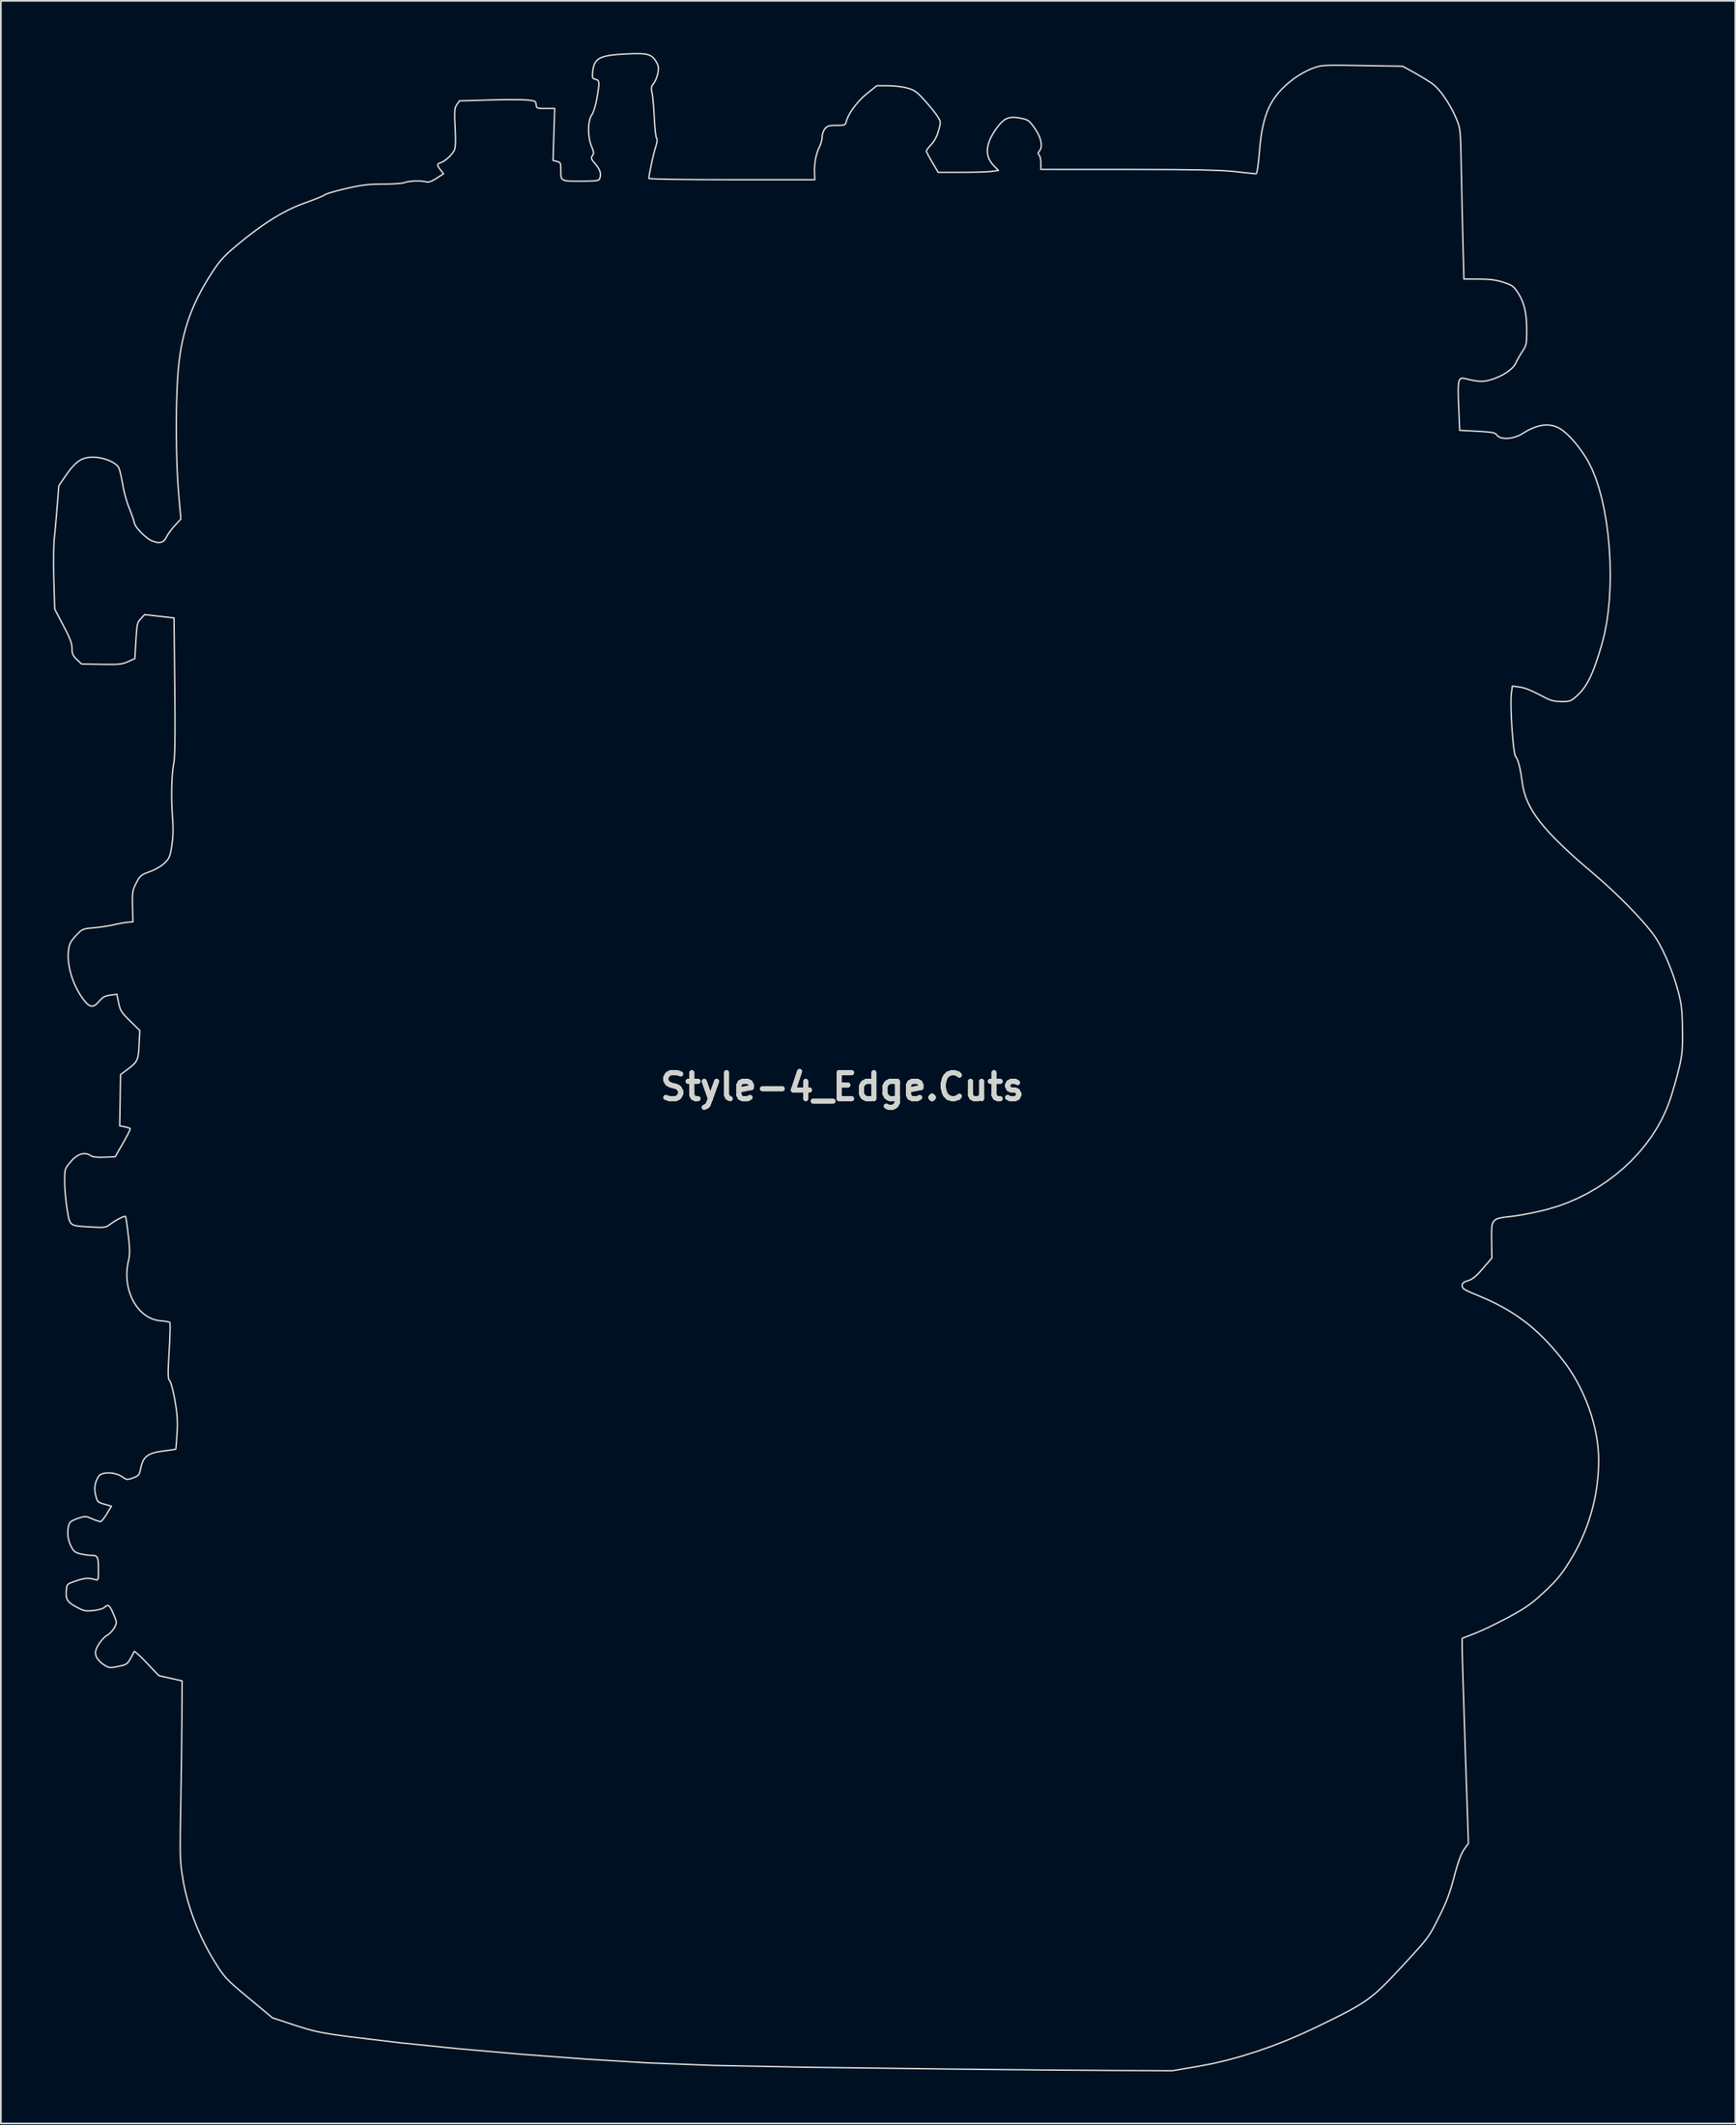
<source format=kicad_pcb>
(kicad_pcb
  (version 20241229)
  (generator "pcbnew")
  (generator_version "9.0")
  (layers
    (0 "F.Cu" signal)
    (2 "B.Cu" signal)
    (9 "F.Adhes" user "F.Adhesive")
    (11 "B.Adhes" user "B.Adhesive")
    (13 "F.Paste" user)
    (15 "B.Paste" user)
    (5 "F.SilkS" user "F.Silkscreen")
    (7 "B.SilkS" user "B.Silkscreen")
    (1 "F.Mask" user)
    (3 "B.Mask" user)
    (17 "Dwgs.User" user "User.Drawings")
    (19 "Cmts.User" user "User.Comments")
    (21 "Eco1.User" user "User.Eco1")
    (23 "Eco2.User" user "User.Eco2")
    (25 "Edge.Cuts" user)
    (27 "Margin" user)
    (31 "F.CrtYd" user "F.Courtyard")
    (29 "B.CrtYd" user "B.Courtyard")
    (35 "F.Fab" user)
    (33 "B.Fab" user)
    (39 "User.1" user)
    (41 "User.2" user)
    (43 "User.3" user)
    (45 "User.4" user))
  (footprint "Style-4_Edge.Cuts"
    (layer "F.Cu")
    (at 45.531 59.63)
    (property "Reference" "Style-4_Edge.Cuts" (at 0 0 0) (layer "Edge.Cuts") (effects (font (size 1.5 1.5) (thickness 0.3))))
    (attr board_only exclude_from_pos_files exclude_from_bom)
    (fp_poly (pts (xy -11.746 -59.587) (xy -11.599 -59.583) (xy -11.469 -59.573) (xy -11.354 -59.558) (xy -11.252 -59.537) (xy -11.162 -59.51) (xy -11.083 -59.477) (xy -11.012 -59.438) (xy -10.948 -59.391) (xy -10.891 -59.336) (xy -10.837 -59.274) (xy -10.786 -59.203) (xy -10.737 -59.124) (xy -10.712 -59.081) (xy -10.69 -59.04) (xy -10.671 -59.002) (xy -10.655 -58.964) (xy -10.641 -58.928) (xy -10.629 -58.892) (xy -10.62 -58.856) (xy -10.613 -58.82) (xy -10.609 -58.783) (xy -10.607 -58.744) (xy -10.607 -58.704) (xy -10.609 -58.662) (xy -10.613 -58.617) (xy -10.619 -58.57) (xy -10.627 -58.518) (xy -10.637 -58.463) (xy -10.645 -58.424) (xy -10.654 -58.384) (xy -10.665 -58.343) (xy -10.677 -58.301) (xy -10.691 -58.26) (xy -10.705 -58.218) (xy -10.721 -58.176) (xy -10.737 -58.136) (xy -10.753 -58.096) (xy -10.771 -58.058) (xy -10.789 -58.021) (xy -10.807 -57.986) (xy -10.825 -57.953) (xy -10.843 -57.923) (xy -10.861 -57.895) (xy -10.879 -57.871) (xy -10.905 -57.838) (xy -10.927 -57.806) (xy -10.947 -57.776) (xy -10.964 -57.747) (xy -10.972 -57.733) (xy -10.978 -57.719) (xy -10.984 -57.704) (xy -10.99 -57.69) (xy -10.995 -57.676) (xy -10.999 -57.662) (xy -11.002 -57.648) (xy -11.005 -57.633) (xy -11.008 -57.618) (xy -11.009 -57.603) (xy -11.01 -57.588) (xy -11.011 -57.572) (xy -11.011 -57.556) (xy -11.01 -57.539) (xy -11.007 -57.504) (xy -11.002 -57.466) (xy -10.995 -57.426) (xy -10.986 -57.382) (xy -10.975 -57.334) (xy -10.958 -57.248) (xy -10.94 -57.124) (xy -10.923 -56.968) (xy -10.905 -56.786) (xy -10.888 -56.585) (xy -10.872 -56.368) (xy -10.857 -56.143) (xy -10.845 -55.916) (xy -10.833 -55.693) (xy -10.819 -55.48) (xy -10.802 -55.284) (xy -10.785 -55.108) (xy -10.766 -54.958) (xy -10.748 -54.839) (xy -10.729 -54.755) (xy -10.721 -54.729) (xy -10.712 -54.712) (xy -10.707 -54.706) (xy -10.703 -54.698) (xy -10.699 -54.691) (xy -10.695 -54.682) (xy -10.692 -54.673) (xy -10.69 -54.663) (xy -10.687 -54.653) (xy -10.686 -54.642) (xy -10.683 -54.618) (xy -10.682 -54.592) (xy -10.683 -54.563) (xy -10.686 -54.532) (xy -10.69 -54.499) (xy -10.696 -54.463) (xy -10.704 -54.425) (xy -10.713 -54.385) (xy -10.724 -54.343) (xy -10.736 -54.298) (xy -10.75 -54.252) (xy -10.766 -54.203) (xy -10.817 -54.029) (xy -10.878 -53.795) (xy -10.942 -53.523) (xy -11.006 -53.237) (xy -11.063 -52.958) (xy -11.111 -52.71) (xy -11.143 -52.514) (xy -11.151 -52.444) (xy -11.155 -52.395) (xy -11.149 -52.39) (xy -11.132 -52.386) (xy -11.065 -52.378) (xy -10.804 -52.363) (xy -10.386 -52.35) (xy -9.822 -52.339) (xy -8.31 -52.323) (xy -6.371 -52.317) (xy -1.587 -52.317) (xy -1.601 -52.72) (xy -1.604 -52.821) (xy -1.603 -52.923) (xy -1.599 -53.024) (xy -1.593 -53.125) (xy -1.584 -53.226) (xy -1.573 -53.325) (xy -1.559 -53.423) (xy -1.542 -53.519) (xy -1.523 -53.613) (xy -1.501 -53.706) (xy -1.477 -53.795) (xy -1.451 -53.883) (xy -1.422 -53.967) (xy -1.391 -54.047) (xy -1.358 -54.125) (xy -1.323 -54.198) (xy -1.307 -54.231) (xy -1.291 -54.267) (xy -1.276 -54.304) (xy -1.261 -54.342) (xy -1.247 -54.381) (xy -1.234 -54.421) (xy -1.221 -54.461) (xy -1.21 -54.502) (xy -1.199 -54.542) (xy -1.19 -54.581) (xy -1.182 -54.62) (xy -1.175 -54.658) (xy -1.169 -54.694) (xy -1.165 -54.728) (xy -1.162 -54.761) (xy -1.161 -54.791) (xy -1.16 -54.82) (xy -1.157 -54.85) (xy -1.153 -54.882) (xy -1.147 -54.914) (xy -1.14 -54.946) (xy -1.132 -54.979) (xy -1.123 -55.011) (xy -1.112 -55.043) (xy -1.101 -55.075) (xy -1.088 -55.106) (xy -1.075 -55.135) (xy -1.061 -55.164) (xy -1.047 -55.191) (xy -1.031 -55.216) (xy -1.016 -55.239) (xy -0.999 -55.26) (xy -0.975 -55.288) (xy -0.962 -55.301) (xy -0.95 -55.313) (xy -0.938 -55.325) (xy -0.925 -55.336) (xy -0.912 -55.347) (xy -0.899 -55.356) (xy -0.885 -55.366) (xy -0.871 -55.374) (xy -0.857 -55.382) (xy -0.842 -55.39) (xy -0.826 -55.397) (xy -0.81 -55.403) (xy -0.793 -55.409) (xy -0.775 -55.414) (xy -0.756 -55.419) (xy -0.737 -55.424) (xy -0.716 -55.428) (xy -0.695 -55.432) (xy -0.672 -55.435) (xy -0.648 -55.438) (xy -0.597 -55.443) (xy -0.541 -55.446) (xy -0.478 -55.448) (xy -0.409 -55.45) (xy -0.334 -55.45) (xy -0.178 -55.451) (xy -0.113 -55.453) (xy -0.056 -55.456) (xy -0.007 -55.46) (xy 0.036 -55.465) (xy 0.072 -55.473) (xy 0.103 -55.482) (xy 0.129 -55.494) (xy 0.14 -55.501) (xy 0.15 -55.508) (xy 0.16 -55.516) (xy 0.168 -55.525) (xy 0.183 -55.545) (xy 0.195 -55.568) (xy 0.206 -55.595) (xy 0.216 -55.625) (xy 0.225 -55.659) (xy 0.252 -55.75) (xy 0.287 -55.845) (xy 0.332 -55.945) (xy 0.384 -56.048) (xy 0.444 -56.154) (xy 0.51 -56.263) (xy 0.583 -56.372) (xy 0.662 -56.482) (xy 0.745 -56.592) (xy 0.833 -56.7) (xy 0.925 -56.807) (xy 1.021 -56.911) (xy 1.119 -57.011) (xy 1.22 -57.108) (xy 1.322 -57.199) (xy 1.425 -57.285) (xy 1.991 -57.736) (xy 2.631 -57.736) (xy 2.769 -57.733) (xy 2.917 -57.726) (xy 3.07 -57.713) (xy 3.223 -57.697) (xy 3.373 -57.677) (xy 3.513 -57.654) (xy 3.641 -57.629) (xy 3.75 -57.601) (xy 3.826 -57.58) (xy 3.895 -57.558) (xy 3.96 -57.535) (xy 4.02 -57.511) (xy 4.078 -57.484) (xy 4.133 -57.455) (xy 4.187 -57.423) (xy 4.241 -57.386) (xy 4.296 -57.344) (xy 4.352 -57.297) (xy 4.411 -57.244) (xy 4.473 -57.184) (xy 4.54 -57.116) (xy 4.612 -57.04) (xy 4.69 -56.955) (xy 4.775 -56.861) (xy 4.889 -56.733) (xy 5.002 -56.601) (xy 5.111 -56.47) (xy 5.215 -56.344) (xy 5.309 -56.225) (xy 5.391 -56.117) (xy 5.457 -56.025) (xy 5.505 -55.952) (xy 5.537 -55.899) (xy 5.565 -55.852) (xy 5.588 -55.81) (xy 5.607 -55.77) (xy 5.616 -55.751) (xy 5.623 -55.733) (xy 5.629 -55.714) (xy 5.635 -55.696) (xy 5.639 -55.678) (xy 5.642 -55.66) (xy 5.645 -55.641) (xy 5.647 -55.622) (xy 5.647 -55.603) (xy 5.647 -55.582) (xy 5.646 -55.561) (xy 5.644 -55.539) (xy 5.641 -55.516) (xy 5.637 -55.491) (xy 5.627 -55.438) (xy 5.613 -55.378) (xy 5.596 -55.31) (xy 5.552 -55.147) (xy 5.535 -55.087) (xy 5.516 -55.027) (xy 5.496 -54.969) (xy 5.475 -54.912) (xy 5.452 -54.856) (xy 5.428 -54.802) (xy 5.403 -54.749) (xy 5.377 -54.697) (xy 5.35 -54.648) (xy 5.322 -54.599) (xy 5.292 -54.553) (xy 5.262 -54.508) (xy 5.231 -54.464) (xy 5.198 -54.423) (xy 5.165 -54.383) (xy 5.131 -54.346) (xy 5.074 -54.284) (xy 5.021 -54.223) (xy 4.973 -54.165) (xy 4.931 -54.112) (xy 4.896 -54.064) (xy 4.882 -54.042) (xy 4.87 -54.023) (xy 4.86 -54.006) (xy 4.853 -53.991) (xy 4.849 -53.979) (xy 4.847 -53.97) (xy 4.849 -53.959) (xy 4.854 -53.943) (xy 4.863 -53.921) (xy 4.874 -53.895) (xy 4.906 -53.829) (xy 4.948 -53.747) (xy 4.999 -53.652) (xy 5.057 -53.547) (xy 5.121 -53.435) (xy 5.19 -53.317) (xy 5.532 -52.741) (xy 6.871 -52.741) (xy 7.423 -52.745) (xy 7.934 -52.757) (xy 8.348 -52.774) (xy 8.501 -52.784) (xy 8.608 -52.795) (xy 9.006 -52.85) (xy 8.74 -53.124) (xy 8.691 -53.176) (xy 8.646 -53.23) (xy 8.604 -53.284) (xy 8.565 -53.339) (xy 8.53 -53.394) (xy 8.499 -53.451) (xy 8.47 -53.508) (xy 8.445 -53.567) (xy 8.424 -53.626) (xy 8.406 -53.686) (xy 8.391 -53.747) (xy 8.38 -53.808) (xy 8.372 -53.871) (xy 8.368 -53.935) (xy 8.367 -53.999) (xy 8.37 -54.065) (xy 8.376 -54.131) (xy 8.385 -54.199) (xy 8.398 -54.268) (xy 8.415 -54.337) (xy 8.434 -54.408) (xy 8.458 -54.479) (xy 8.484 -54.552) (xy 8.514 -54.626) (xy 8.548 -54.701) (xy 8.585 -54.777) (xy 8.625 -54.854) (xy 8.669 -54.932) (xy 8.767 -55.092) (xy 8.879 -55.256) (xy 8.961 -55.368) (xy 9.04 -55.468) (xy 9.117 -55.557) (xy 9.154 -55.597) (xy 9.192 -55.635) (xy 9.229 -55.67) (xy 9.267 -55.702) (xy 9.304 -55.732) (xy 9.342 -55.76) (xy 9.38 -55.785) (xy 9.418 -55.808) (xy 9.457 -55.828) (xy 9.497 -55.846) (xy 9.537 -55.862) (xy 9.578 -55.875) (xy 9.621 -55.887) (xy 9.664 -55.896) (xy 9.708 -55.903) (xy 9.754 -55.908) (xy 9.801 -55.912) (xy 9.85 -55.913) (xy 9.9 -55.912) (xy 9.952 -55.91) (xy 10.006 -55.906) (xy 10.062 -55.9) (xy 10.18 -55.883) (xy 10.307 -55.859) (xy 10.38 -55.844) (xy 10.446 -55.829) (xy 10.506 -55.814) (xy 10.56 -55.797) (xy 10.609 -55.779) (xy 10.633 -55.769) (xy 10.655 -55.759) (xy 10.677 -55.747) (xy 10.698 -55.735) (xy 10.718 -55.722) (xy 10.739 -55.708) (xy 10.758 -55.693) (xy 10.778 -55.676) (xy 10.818 -55.64) (xy 10.858 -55.598) (xy 10.899 -55.549) (xy 10.943 -55.494) (xy 10.991 -55.432) (xy 11.042 -55.361) (xy 11.099 -55.281) (xy 11.166 -55.182) (xy 11.226 -55.083) (xy 11.281 -54.986) (xy 11.328 -54.889) (xy 11.369 -54.794) (xy 11.404 -54.701) (xy 11.432 -54.611) (xy 11.453 -54.523) (xy 11.468 -54.439) (xy 11.475 -54.358) (xy 11.475 -54.282) (xy 11.469 -54.209) (xy 11.455 -54.142) (xy 11.445 -54.11) (xy 11.434 -54.079) (xy 11.421 -54.05) (xy 11.405 -54.023) (xy 11.388 -53.996) (xy 11.37 -53.972) (xy 11.354 -53.953) (xy 11.341 -53.935) (xy 11.33 -53.918) (xy 11.32 -53.902) (xy 11.316 -53.894) (xy 11.313 -53.886) (xy 11.31 -53.878) (xy 11.307 -53.871) (xy 11.305 -53.864) (xy 11.303 -53.857) (xy 11.302 -53.85) (xy 11.301 -53.843) (xy 11.301 -53.836) (xy 11.301 -53.829) (xy 11.302 -53.823) (xy 11.303 -53.816) (xy 11.305 -53.809) (xy 11.307 -53.803) (xy 11.309 -53.796) (xy 11.312 -53.79) (xy 11.316 -53.783) (xy 11.32 -53.777) (xy 11.324 -53.77) (xy 11.329 -53.763) (xy 11.34 -53.75) (xy 11.353 -53.736) (xy 11.358 -53.731) (xy 11.363 -53.724) (xy 11.373 -53.709) (xy 11.383 -53.691) (xy 11.392 -53.67) (xy 11.4 -53.646) (xy 11.408 -53.619) (xy 11.416 -53.591) (xy 11.423 -53.56) (xy 11.429 -53.528) (xy 11.435 -53.494) (xy 11.44 -53.459) (xy 11.444 -53.423) (xy 11.447 -53.387) (xy 11.449 -53.349) (xy 11.451 -53.312) (xy 11.451 -53.274) (xy 11.451 -52.91) (xy 16.51 -52.909) (xy 18.994 -52.902) (xy 20.731 -52.881) (xy 21.897 -52.842) (xy 22.322 -52.815) (xy 22.67 -52.782) (xy 23.474 -52.694) (xy 23.739 -52.667) (xy 23.862 -52.657) (xy 23.867 -52.658) (xy 23.873 -52.663) (xy 23.878 -52.67) (xy 23.884 -52.68) (xy 23.896 -52.709) (xy 23.908 -52.748) (xy 23.92 -52.798) (xy 23.932 -52.859) (xy 23.945 -52.93) (xy 23.958 -53.011) (xy 23.971 -53.102) (xy 23.984 -53.202) (xy 23.997 -53.312) (xy 24.011 -53.43) (xy 24.037 -53.693) (xy 24.063 -53.988) (xy 24.1 -54.379) (xy 24.144 -54.744) (xy 24.197 -55.086) (xy 24.259 -55.405) (xy 24.332 -55.704) (xy 24.415 -55.984) (xy 24.509 -56.246) (xy 24.616 -56.494) (xy 24.736 -56.727) (xy 24.87 -56.949) (xy 25.019 -57.16) (xy 25.184 -57.362) (xy 25.365 -57.558) (xy 25.563 -57.748) (xy 25.779 -57.935) (xy 26.014 -58.12) (xy 26.073 -58.163) (xy 26.136 -58.207) (xy 26.271 -58.297) (xy 26.416 -58.386) (xy 26.564 -58.472) (xy 26.713 -58.552) (xy 26.858 -58.625) (xy 26.993 -58.687) (xy 27.056 -58.713) (xy 27.115 -58.736) (xy 27.211 -58.771) (xy 27.3 -58.802) (xy 27.385 -58.828) (xy 27.471 -58.851) (xy 27.515 -58.861) (xy 27.561 -58.87) (xy 27.609 -58.878) (xy 27.66 -58.885) (xy 27.771 -58.897) (xy 27.898 -58.906) (xy 28.046 -58.913) (xy 28.219 -58.917) (xy 28.42 -58.918) (xy 28.653 -58.918) (xy 28.924 -58.915) (xy 29.234 -58.911) (xy 29.993 -58.899) (xy 32.322 -58.86) (xy 32.999 -58.485) (xy 33.143 -58.404) (xy 33.292 -58.318) (xy 33.442 -58.228) (xy 33.589 -58.139) (xy 33.729 -58.052) (xy 33.856 -57.97) (xy 33.967 -57.896) (xy 34.057 -57.833) (xy 34.14 -57.767) (xy 34.227 -57.688) (xy 34.316 -57.598) (xy 34.408 -57.497) (xy 34.5 -57.386) (xy 34.594 -57.266) (xy 34.688 -57.138) (xy 34.781 -57.003) (xy 34.873 -56.863) (xy 34.964 -56.717) (xy 35.052 -56.567) (xy 35.137 -56.414) (xy 35.218 -56.258) (xy 35.295 -56.102) (xy 35.367 -55.945) (xy 35.434 -55.789) (xy 35.473 -55.692) (xy 35.507 -55.603) (xy 35.537 -55.517) (xy 35.563 -55.43) (xy 35.574 -55.384) (xy 35.585 -55.337) (xy 35.595 -55.287) (xy 35.604 -55.234) (xy 35.613 -55.178) (xy 35.621 -55.117) (xy 35.635 -54.983) (xy 35.647 -54.825) (xy 35.657 -54.641) (xy 35.666 -54.427) (xy 35.674 -54.177) (xy 35.682 -53.887) (xy 35.689 -53.554) (xy 35.705 -52.741) (xy 35.753 -50.44) (xy 35.803 -48.416) (xy 35.854 -46.588) (xy 36.722 -46.585) (xy 36.956 -46.582) (xy 37.164 -46.574) (xy 37.351 -46.561) (xy 37.523 -46.543) (xy 37.605 -46.531) (xy 37.684 -46.517) (xy 37.762 -46.502) (xy 37.838 -46.485) (xy 37.991 -46.445) (xy 38.147 -46.397) (xy 38.235 -46.367) (xy 38.315 -46.339) (xy 38.386 -46.312) (xy 38.451 -46.285) (xy 38.509 -46.259) (xy 38.562 -46.232) (xy 38.61 -46.203) (xy 38.655 -46.173) (xy 38.696 -46.141) (xy 38.735 -46.105) (xy 38.773 -46.066) (xy 38.81 -46.023) (xy 38.848 -45.975) (xy 38.886 -45.921) (xy 38.926 -45.862) (xy 38.969 -45.796) (xy 39.035 -45.689) (xy 39.096 -45.58) (xy 39.152 -45.471) (xy 39.203 -45.358) (xy 39.249 -45.244) (xy 39.29 -45.125) (xy 39.327 -45.003) (xy 39.359 -44.877) (xy 39.387 -44.746) (xy 39.411 -44.609) (xy 39.431 -44.466) (xy 39.447 -44.316) (xy 39.459 -44.159) (xy 39.468 -43.994) (xy 39.473 -43.821) (xy 39.475 -43.639) (xy 39.474 -43.373) (xy 39.469 -43.163) (xy 39.465 -43.075) (xy 39.458 -42.997) (xy 39.45 -42.927) (xy 39.439 -42.864) (xy 39.425 -42.805) (xy 39.409 -42.751) (xy 39.389 -42.699) (xy 39.365 -42.648) (xy 39.338 -42.596) (xy 39.307 -42.542) (xy 39.23 -42.423) (xy 39.178 -42.342) (xy 39.124 -42.255) (xy 39.069 -42.163) (xy 39.016 -42.07) (xy 38.965 -41.979) (xy 38.918 -41.892) (xy 38.878 -41.811) (xy 38.844 -41.741) (xy 38.828 -41.707) (xy 38.809 -41.673) (xy 38.787 -41.638) (xy 38.763 -41.604) (xy 38.737 -41.569) (xy 38.708 -41.535) (xy 38.677 -41.501) (xy 38.645 -41.466) (xy 38.573 -41.398) (xy 38.493 -41.33) (xy 38.406 -41.264) (xy 38.312 -41.199) (xy 38.212 -41.136) (xy 38.107 -41.075) (xy 37.996 -41.016) (xy 37.88 -40.961) (xy 37.761 -40.909) (xy 37.637 -40.86) (xy 37.511 -40.815) (xy 37.382 -40.774) (xy 37.303 -40.752) (xy 37.226 -40.733) (xy 37.151 -40.718) (xy 37.078 -40.706) (xy 37.004 -40.697) (xy 36.929 -40.692) (xy 36.852 -40.691) (xy 36.772 -40.693) (xy 36.688 -40.699) (xy 36.6 -40.709) (xy 36.505 -40.722) (xy 36.404 -40.739) (xy 36.296 -40.761) (xy 36.179 -40.786) (xy 36.052 -40.815) (xy 35.915 -40.848) (xy 35.879 -40.856) (xy 35.845 -40.863) (xy 35.814 -40.867) (xy 35.784 -40.87) (xy 35.756 -40.871) (xy 35.73 -40.868) (xy 35.706 -40.864) (xy 35.683 -40.856) (xy 35.673 -40.851) (xy 35.662 -40.845) (xy 35.653 -40.838) (xy 35.643 -40.831) (xy 35.634 -40.823) (xy 35.626 -40.813) (xy 35.618 -40.803) (xy 35.61 -40.792) (xy 35.596 -40.766) (xy 35.583 -40.737) (xy 35.571 -40.703) (xy 35.561 -40.665) (xy 35.553 -40.621) (xy 35.545 -40.573) (xy 35.539 -40.52) (xy 35.534 -40.461) (xy 35.53 -40.396) (xy 35.527 -40.326) (xy 35.526 -40.25) (xy 35.525 -40.167) (xy 35.525 -40.079) (xy 35.526 -39.983) (xy 35.531 -39.771) (xy 35.539 -39.53) (xy 35.55 -39.259) (xy 35.607 -37.864) (xy 36.623 -37.81) (xy 36.922 -37.792) (xy 37.159 -37.775) (xy 37.344 -37.757) (xy 37.419 -37.746) (xy 37.484 -37.735) (xy 37.54 -37.722) (xy 37.587 -37.709) (xy 37.628 -37.693) (xy 37.662 -37.676) (xy 37.691 -37.657) (xy 37.716 -37.635) (xy 37.738 -37.612) (xy 37.758 -37.586) (xy 37.778 -37.56) (xy 37.802 -37.537) (xy 37.828 -37.515) (xy 37.857 -37.495) (xy 37.889 -37.478) (xy 37.923 -37.462) (xy 37.96 -37.448) (xy 37.999 -37.435) (xy 38.041 -37.425) (xy 38.084 -37.416) (xy 38.129 -37.409) (xy 38.175 -37.404) (xy 38.273 -37.399) (xy 38.375 -37.402) (xy 38.481 -37.411) (xy 38.589 -37.427) (xy 38.699 -37.451) (xy 38.808 -37.481) (xy 38.916 -37.518) (xy 39.021 -37.561) (xy 39.072 -37.585) (xy 39.122 -37.611) (xy 39.171 -37.639) (xy 39.218 -37.668) (xy 39.382 -37.768) (xy 39.542 -37.858) (xy 39.698 -37.936) (xy 39.851 -38.003) (xy 40 -38.059) (xy 40.146 -38.104) (xy 40.288 -38.137) (xy 40.427 -38.16) (xy 40.563 -38.171) (xy 40.696 -38.171) (xy 40.825 -38.16) (xy 40.952 -38.138) (xy 41.075 -38.105) (xy 41.196 -38.061) (xy 41.313 -38.006) (xy 41.428 -37.939) (xy 41.52 -37.877) (xy 41.616 -37.804) (xy 41.715 -37.721) (xy 41.816 -37.63) (xy 41.92 -37.53) (xy 42.024 -37.423) (xy 42.129 -37.309) (xy 42.234 -37.189) (xy 42.339 -37.064) (xy 42.442 -36.933) (xy 42.544 -36.799) (xy 42.644 -36.66) (xy 42.741 -36.519) (xy 42.835 -36.376) (xy 42.925 -36.231) (xy 43.011 -36.086) (xy 43.244 -35.624) (xy 43.456 -35.101) (xy 43.645 -34.525) (xy 43.812 -33.902) (xy 43.954 -33.241) (xy 44.073 -32.548) (xy 44.167 -31.831) (xy 44.235 -31.098) (xy 44.278 -30.356) (xy 44.294 -29.611) (xy 44.284 -28.873) (xy 44.246 -28.147) (xy 44.179 -27.441) (xy 44.085 -26.764) (xy 43.961 -26.121) (xy 43.807 -25.521) (xy 43.621 -24.908) (xy 43.446 -24.384) (xy 43.361 -24.152) (xy 43.276 -23.939) (xy 43.192 -23.742) (xy 43.107 -23.561) (xy 43.02 -23.394) (xy 42.932 -23.24) (xy 42.842 -23.098) (xy 42.748 -22.966) (xy 42.65 -22.843) (xy 42.548 -22.728) (xy 42.441 -22.619) (xy 42.328 -22.515) (xy 42.273 -22.467) (xy 42.222 -22.424) (xy 42.175 -22.387) (xy 42.131 -22.354) (xy 42.088 -22.326) (xy 42.067 -22.314) (xy 42.047 -22.302) (xy 42.026 -22.292) (xy 42.005 -22.282) (xy 41.984 -22.274) (xy 41.962 -22.266) (xy 41.941 -22.259) (xy 41.918 -22.252) (xy 41.895 -22.247) (xy 41.871 -22.242) (xy 41.819 -22.234) (xy 41.764 -22.229) (xy 41.702 -22.225) (xy 41.634 -22.223) (xy 41.558 -22.223) (xy 41.474 -22.223) (xy 41.409 -22.224) (xy 41.345 -22.227) (xy 41.284 -22.231) (xy 41.224 -22.236) (xy 41.166 -22.243) (xy 41.109 -22.25) (xy 41.054 -22.26) (xy 41.001 -22.27) (xy 40.949 -22.282) (xy 40.898 -22.295) (xy 40.849 -22.31) (xy 40.801 -22.326) (xy 40.754 -22.344) (xy 40.708 -22.363) (xy 40.663 -22.384) (xy 40.619 -22.406) (xy 40.301 -22.572) (xy 40.033 -22.707) (xy 39.809 -22.814) (xy 39.618 -22.898) (xy 39.455 -22.961) (xy 39.38 -22.986) (xy 39.309 -23.008) (xy 39.24 -23.025) (xy 39.173 -23.04) (xy 39.038 -23.062) (xy 38.643 -23.116) (xy 38.587 -22.667) (xy 38.575 -22.514) (xy 38.568 -22.319) (xy 38.57 -21.832) (xy 38.59 -21.261) (xy 38.625 -20.659) (xy 38.67 -20.083) (xy 38.722 -19.586) (xy 38.778 -19.223) (xy 38.806 -19.109) (xy 38.833 -19.05) (xy 38.861 -19.015) (xy 38.888 -18.973) (xy 38.914 -18.924) (xy 38.94 -18.868) (xy 38.965 -18.804) (xy 38.989 -18.732) (xy 39.014 -18.653) (xy 39.037 -18.566) (xy 39.061 -18.471) (xy 39.084 -18.367) (xy 39.106 -18.255) (xy 39.129 -18.134) (xy 39.151 -18.005) (xy 39.173 -17.866) (xy 39.195 -17.719) (xy 39.216 -17.562) (xy 39.265 -17.274) (xy 39.332 -16.991) (xy 39.421 -16.712) (xy 39.534 -16.433) (xy 39.671 -16.152) (xy 39.835 -15.868) (xy 40.028 -15.576) (xy 40.252 -15.276) (xy 40.508 -14.964) (xy 40.798 -14.638) (xy 41.125 -14.297) (xy 41.491 -13.937) (xy 41.896 -13.555) (xy 42.343 -13.151) (xy 42.834 -12.721) (xy 43.371 -12.262) (xy 43.869 -11.83) (xy 44.372 -11.37) (xy 44.869 -10.895) (xy 45.346 -10.419) (xy 45.791 -9.954) (xy 46.191 -9.514) (xy 46.534 -9.11) (xy 46.68 -8.926) (xy 46.807 -8.757) (xy 46.903 -8.617) (xy 47 -8.463) (xy 47.099 -8.294) (xy 47.198 -8.112) (xy 47.298 -7.92) (xy 47.396 -7.717) (xy 47.494 -7.506) (xy 47.59 -7.288) (xy 47.684 -7.064) (xy 47.774 -6.836) (xy 47.862 -6.605) (xy 47.945 -6.373) (xy 48.023 -6.14) (xy 48.096 -5.908) (xy 48.163 -5.679) (xy 48.224 -5.455) (xy 48.286 -5.203) (xy 48.336 -4.973) (xy 48.357 -4.861) (xy 48.375 -4.75) (xy 48.391 -4.637) (xy 48.405 -4.521) (xy 48.416 -4.401) (xy 48.426 -4.275) (xy 48.442 -3.997) (xy 48.452 -3.675) (xy 48.458 -3.296) (xy 48.462 -2.901) (xy 48.46 -2.573) (xy 48.451 -2.294) (xy 48.434 -2.048) (xy 48.408 -1.817) (xy 48.37 -1.586) (xy 48.319 -1.336) (xy 48.254 -1.052) (xy 48.203 -0.847) (xy 48.144 -0.62) (xy 48.009 -0.134) (xy 47.867 0.348) (xy 47.798 0.569) (xy 47.733 0.766) (xy 47.527 1.309) (xy 47.279 1.842) (xy 46.993 2.36) (xy 46.67 2.864) (xy 46.313 3.35) (xy 45.923 3.817) (xy 45.502 4.264) (xy 45.052 4.688) (xy 44.576 5.088) (xy 44.075 5.462) (xy 43.551 5.808) (xy 43.007 6.125) (xy 42.443 6.411) (xy 41.864 6.663) (xy 41.269 6.88) (xy 40.661 7.061) (xy 40.413 7.124) (xy 40.145 7.186) (xy 39.867 7.247) (xy 39.585 7.304) (xy 39.309 7.356) (xy 39.048 7.401) (xy 38.81 7.438) (xy 38.602 7.464) (xy 38.215 7.51) (xy 38.058 7.534) (xy 37.924 7.56) (xy 37.865 7.576) (xy 37.81 7.593) (xy 37.761 7.611) (xy 37.716 7.632) (xy 37.676 7.655) (xy 37.639 7.681) (xy 37.607 7.71) (xy 37.578 7.742) (xy 37.553 7.778) (xy 37.531 7.817) (xy 37.512 7.861) (xy 37.496 7.908) (xy 37.482 7.96) (xy 37.471 8.017) (xy 37.463 8.079) (xy 37.456 8.147) (xy 37.448 8.298) (xy 37.445 8.474) (xy 37.45 8.908) (xy 37.465 9.866) (xy 36.948 10.468) (xy 36.877 10.55) (xy 36.81 10.626) (xy 36.747 10.695) (xy 36.686 10.759) (xy 36.629 10.817) (xy 36.574 10.87) (xy 36.521 10.918) (xy 36.47 10.961) (xy 36.42 11) (xy 36.372 11.035) (xy 36.325 11.066) (xy 36.279 11.093) (xy 36.232 11.117) (xy 36.186 11.138) (xy 36.139 11.156) (xy 36.091 11.172) (xy 36.043 11.187) (xy 36 11.201) (xy 35.961 11.216) (xy 35.925 11.23) (xy 35.894 11.245) (xy 35.866 11.26) (xy 35.842 11.276) (xy 35.821 11.292) (xy 35.812 11.301) (xy 35.803 11.31) (xy 35.795 11.318) (xy 35.788 11.328) (xy 35.782 11.337) (xy 35.776 11.347) (xy 35.771 11.357) (xy 35.766 11.367) (xy 35.759 11.389) (xy 35.754 11.413) (xy 35.752 11.438) (xy 35.751 11.465) (xy 35.751 11.48) (xy 35.752 11.495) (xy 35.755 11.509) (xy 35.758 11.523) (xy 35.762 11.537) (xy 35.768 11.55) (xy 35.774 11.564) (xy 35.782 11.577) (xy 35.792 11.59) (xy 35.803 11.603) (xy 35.816 11.617) (xy 35.831 11.63) (xy 35.847 11.644) (xy 35.865 11.657) (xy 35.886 11.671) (xy 35.908 11.686) (xy 35.933 11.701) (xy 35.96 11.716) (xy 35.989 11.732) (xy 36.021 11.749) (xy 36.055 11.766) (xy 36.092 11.783) (xy 36.174 11.821) (xy 36.268 11.863) (xy 36.374 11.908) (xy 36.493 11.957) (xy 36.626 12.012) (xy 37.011 12.174) (xy 37.38 12.341) (xy 37.735 12.514) (xy 38.076 12.695) (xy 38.405 12.883) (xy 38.723 13.08) (xy 39.03 13.287) (xy 39.329 13.505) (xy 39.62 13.733) (xy 39.905 13.975) (xy 40.184 14.229) (xy 40.459 14.497) (xy 40.731 14.781) (xy 41.001 15.08) (xy 41.27 15.396) (xy 41.54 15.73) (xy 41.773 16.039) (xy 41.995 16.362) (xy 42.205 16.697) (xy 42.402 17.044) (xy 42.587 17.399) (xy 42.759 17.763) (xy 42.916 18.133) (xy 43.059 18.508) (xy 43.188 18.887) (xy 43.301 19.268) (xy 43.397 19.649) (xy 43.478 20.03) (xy 43.541 20.409) (xy 43.587 20.785) (xy 43.615 21.155) (xy 43.625 21.519) (xy 43.618 21.908) (xy 43.598 22.297) (xy 43.564 22.683) (xy 43.516 23.066) (xy 43.456 23.448) (xy 43.382 23.826) (xy 43.295 24.201) (xy 43.194 24.573) (xy 43.081 24.942) (xy 42.955 25.306) (xy 42.815 25.667) (xy 42.663 26.022) (xy 42.499 26.374) (xy 42.321 26.72) (xy 42.131 27.061) (xy 41.929 27.396) (xy 41.761 27.658) (xy 41.681 27.778) (xy 41.602 27.891) (xy 41.525 28) (xy 41.447 28.104) (xy 41.368 28.204) (xy 41.287 28.303) (xy 41.204 28.4) (xy 41.117 28.498) (xy 41.026 28.596) (xy 40.929 28.696) (xy 40.717 28.906) (xy 40.474 29.136) (xy 40.216 29.371) (xy 40.098 29.476) (xy 39.984 29.574) (xy 39.873 29.665) (xy 39.764 29.751) (xy 39.655 29.834) (xy 39.545 29.914) (xy 39.431 29.992) (xy 39.313 30.069) (xy 39.189 30.147) (xy 39.056 30.227) (xy 38.762 30.396) (xy 38.418 30.585) (xy 38.165 30.719) (xy 37.899 30.856) (xy 37.629 30.991) (xy 37.363 31.121) (xy 37.108 31.242) (xy 36.873 31.35) (xy 36.665 31.441) (xy 36.492 31.512) (xy 35.751 31.799) (xy 35.75 32.307) (xy 35.763 32.93) (xy 35.802 34.252) (xy 35.93 38.216) (xy 36.113 43.618) (xy 35.861 43.974) (xy 35.828 44.023) (xy 35.795 44.078) (xy 35.762 44.139) (xy 35.729 44.205) (xy 35.696 44.278) (xy 35.662 44.357) (xy 35.628 44.443) (xy 35.593 44.536) (xy 35.558 44.635) (xy 35.522 44.743) (xy 35.486 44.858) (xy 35.448 44.981) (xy 35.37 45.252) (xy 35.287 45.557) (xy 35.194 45.9) (xy 35.103 46.21) (xy 35.01 46.495) (xy 34.912 46.768) (xy 34.805 47.037) (xy 34.684 47.313) (xy 34.546 47.607) (xy 34.386 47.928) (xy 34.194 48.305) (xy 34.11 48.464) (xy 34.029 48.611) (xy 33.949 48.747) (xy 33.867 48.878) (xy 33.779 49.007) (xy 33.684 49.137) (xy 33.578 49.274) (xy 33.458 49.42) (xy 33.321 49.58) (xy 33.164 49.757) (xy 32.778 50.181) (xy 32.278 50.722) (xy 31.677 51.364) (xy 31.416 51.634) (xy 31.172 51.876) (xy 30.941 52.094) (xy 30.715 52.293) (xy 30.489 52.477) (xy 30.255 52.651) (xy 30.008 52.819) (xy 29.741 52.985) (xy 29.449 53.155) (xy 29.124 53.332) (xy 28.761 53.52) (xy 28.353 53.726) (xy 27.378 54.203) (xy 26.512 54.607) (xy 25.641 54.979) (xy 24.768 55.319) (xy 23.897 55.625) (xy 23.032 55.895) (xy 22.178 56.13) (xy 21.338 56.326) (xy 20.516 56.483) (xy 19.039 56.733) (xy 15.605 56.719) (xy 11.501 56.69) (xy 6.456 56.64) (xy 6.456 56.64) (xy -2.011 56.533) (xy -7.433 56.427) (xy -11.235 56.281) (xy -14.843 56.059) (xy -18.595 55.777) (xy -22.202 55.46) (xy -25.515 55.122) (xy -28.384 54.777) (xy -28.97 54.698) (xy -29.454 54.627) (xy -29.862 54.56) (xy -30.217 54.492) (xy -30.544 54.417) (xy -30.868 54.33) (xy -31.212 54.226) (xy -31.601 54.101) (xy -32.871 53.682) (xy -34.237 52.543) (xy -34.678 52.173) (xy -35.022 51.878) (xy -35.163 51.752) (xy -35.289 51.637) (xy -35.4 51.529) (xy -35.5 51.425) (xy -35.591 51.323) (xy -35.676 51.221) (xy -35.759 51.114) (xy -35.84 51.001) (xy -35.924 50.879) (xy -36.012 50.743) (xy -36.213 50.425) (xy -36.375 50.157) (xy -36.532 49.881) (xy -36.684 49.599) (xy -36.831 49.311) (xy -36.971 49.019) (xy -37.105 48.722) (xy -37.233 48.421) (xy -37.353 48.119) (xy -37.467 47.815) (xy -37.572 47.511) (xy -37.67 47.207) (xy -37.759 46.905) (xy -37.839 46.605) (xy -37.91 46.308) (xy -37.972 46.015) (xy -38.024 45.726) (xy -38.084 45.352) (xy -38.108 45.182) (xy -38.129 45.018) (xy -38.146 44.852) (xy -38.16 44.68) (xy -38.17 44.497) (xy -38.178 44.296) (xy -38.183 44.072) (xy -38.186 43.82) (xy -38.184 43.21) (xy -38.173 42.421) (xy -38.155 41.408) (xy -38.112 38.581) (xy -38.088 36.243) (xy -38.078 34.253) (xy -38.75 34.102) (xy -39.421 33.951) (xy -40.119 33.214) (xy -40.26 33.068) (xy -40.392 32.934) (xy -40.513 32.817) (xy -40.62 32.718) (xy -40.71 32.641) (xy -40.747 32.611) (xy -40.779 32.587) (xy -40.806 32.57) (xy -40.826 32.559) (xy -40.833 32.557) (xy -40.839 32.557) (xy -40.843 32.558) (xy -40.846 32.561) (xy -40.85 32.572) (xy -40.856 32.585) (xy -40.872 32.62) (xy -40.895 32.666) (xy -40.923 32.719) (xy -40.954 32.779) (xy -40.989 32.844) (xy -41.027 32.912) (xy -41.065 32.981) (xy -41.097 33.035) (xy -41.126 33.083) (xy -41.154 33.126) (xy -41.182 33.165) (xy -41.196 33.182) (xy -41.211 33.199) (xy -41.225 33.214) (xy -41.24 33.229) (xy -41.256 33.242) (xy -41.272 33.255) (xy -41.288 33.268) (xy -41.306 33.279) (xy -41.324 33.29) (xy -41.343 33.3) (xy -41.363 33.31) (xy -41.385 33.319) (xy -41.407 33.328) (xy -41.431 33.337) (xy -41.483 33.354) (xy -41.542 33.37) (xy -41.607 33.385) (xy -41.68 33.402) (xy -41.762 33.418) (xy -41.919 33.449) (xy -41.985 33.46) (xy -42.045 33.469) (xy -42.098 33.475) (xy -42.147 33.479) (xy -42.192 33.48) (xy -42.233 33.478) (xy -42.272 33.473) (xy -42.309 33.465) (xy -42.345 33.454) (xy -42.382 33.44) (xy -42.419 33.423) (xy -42.458 33.402) (xy -42.5 33.378) (xy -42.545 33.351) (xy -42.606 33.312) (xy -42.665 33.271) (xy -42.719 33.229) (xy -42.77 33.186) (xy -42.818 33.142) (xy -42.861 33.098) (xy -42.901 33.052) (xy -42.936 33.006) (xy -42.968 32.96) (xy -42.996 32.913) (xy -43.019 32.865) (xy -43.039 32.817) (xy -43.054 32.769) (xy -43.065 32.721) (xy -43.069 32.697) (xy -43.072 32.673) (xy -43.073 32.649) (xy -43.074 32.625) (xy -43.073 32.598) (xy -43.07 32.57) (xy -43.057 32.509) (xy -43.037 32.444) (xy -43.011 32.375) (xy -42.978 32.304) (xy -42.94 32.231) (xy -42.897 32.157) (xy -42.849 32.084) (xy -42.798 32.011) (xy -42.744 31.941) (xy -42.688 31.873) (xy -42.629 31.81) (xy -42.57 31.752) (xy -42.51 31.699) (xy -42.451 31.653) (xy -42.392 31.615) (xy -42.364 31.598) (xy -42.335 31.578) (xy -42.306 31.556) (xy -42.277 31.532) (xy -42.248 31.506) (xy -42.218 31.479) (xy -42.189 31.45) (xy -42.161 31.421) (xy -42.133 31.39) (xy -42.106 31.359) (xy -42.081 31.327) (xy -42.056 31.296) (xy -42.034 31.264) (xy -42.013 31.232) (xy -41.994 31.201) (xy -41.978 31.171) (xy -41.952 31.121) (xy -41.93 31.076) (xy -41.911 31.035) (xy -41.903 31.016) (xy -41.897 30.998) (xy -41.891 30.979) (xy -41.886 30.962) (xy -41.882 30.944) (xy -41.878 30.927) (xy -41.876 30.909) (xy -41.875 30.892) (xy -41.875 30.874) (xy -41.876 30.855) (xy -41.878 30.836) (xy -41.882 30.816) (xy -41.886 30.796) (xy -41.891 30.774) (xy -41.897 30.751) (xy -41.905 30.727) (xy -41.923 30.675) (xy -41.946 30.616) (xy -41.973 30.549) (xy -42.042 30.388) (xy -42.082 30.296) (xy -42.119 30.214) (xy -42.154 30.143) (xy -42.187 30.082) (xy -42.217 30.03) (xy -42.247 29.989) (xy -42.261 29.971) (xy -42.275 29.956) (xy -42.289 29.943) (xy -42.303 29.932) (xy -42.317 29.923) (xy -42.331 29.917) (xy -42.345 29.912) (xy -42.36 29.909) (xy -42.374 29.909) (xy -42.389 29.91) (xy -42.404 29.913) (xy -42.42 29.918) (xy -42.436 29.925) (xy -42.452 29.934) (xy -42.487 29.956) (xy -42.525 29.985) (xy -42.566 30.021) (xy -42.582 30.034) (xy -42.604 30.047) (xy -42.63 30.06) (xy -42.66 30.074) (xy -42.693 30.087) (xy -42.73 30.1) (xy -42.769 30.112) (xy -42.812 30.125) (xy -42.857 30.136) (xy -42.903 30.147) (xy -42.952 30.158) (xy -43.001 30.168) (xy -43.052 30.176) (xy -43.104 30.184) (xy -43.155 30.191) (xy -43.207 30.197) (xy -43.288 30.204) (xy -43.362 30.21) (xy -43.429 30.214) (xy -43.491 30.216) (xy -43.549 30.215) (xy -43.603 30.211) (xy -43.655 30.205) (xy -43.706 30.195) (xy -43.757 30.182) (xy -43.809 30.166) (xy -43.863 30.146) (xy -43.919 30.121) (xy -43.98 30.093) (xy -44.046 30.06) (xy -44.196 29.979) (xy -44.289 29.927) (xy -44.372 29.877) (xy -44.445 29.829) (xy -44.51 29.783) (xy -44.539 29.759) (xy -44.566 29.736) (xy -44.591 29.712) (xy -44.614 29.689) (xy -44.635 29.665) (xy -44.654 29.64) (xy -44.671 29.615) (xy -44.687 29.589) (xy -44.701 29.562) (xy -44.714 29.535) (xy -44.725 29.506) (xy -44.734 29.476) (xy -44.742 29.446) (xy -44.749 29.413) (xy -44.754 29.38) (xy -44.758 29.345) (xy -44.761 29.308) (xy -44.762 29.269) (xy -44.763 29.187) (xy -44.759 29.096) (xy -44.752 28.997) (xy -44.747 28.939) (xy -44.742 28.889) (xy -44.735 28.844) (xy -44.731 28.824) (xy -44.727 28.804) (xy -44.721 28.787) (xy -44.715 28.77) (xy -44.708 28.754) (xy -44.7 28.739) (xy -44.691 28.724) (xy -44.681 28.711) (xy -44.669 28.698) (xy -44.656 28.685) (xy -44.642 28.673) (xy -44.626 28.661) (xy -44.608 28.65) (xy -44.588 28.638) (xy -44.567 28.627) (xy -44.543 28.616) (xy -44.517 28.604) (xy -44.489 28.592) (xy -44.427 28.568) (xy -44.354 28.542) (xy -44.174 28.48) (xy -44.083 28.45) (xy -43.998 28.424) (xy -43.919 28.401) (xy -43.844 28.382) (xy -43.774 28.366) (xy -43.707 28.354) (xy -43.642 28.346) (xy -43.58 28.341) (xy -43.518 28.339) (xy -43.456 28.341) (xy -43.395 28.346) (xy -43.332 28.355) (xy -43.267 28.367) (xy -43.199 28.382) (xy -43.128 28.4) (xy -43.053 28.422) (xy -43.041 28.425) (xy -43.029 28.428) (xy -43.019 28.43) (xy -43.009 28.431) (xy -42.999 28.431) (xy -42.99 28.431) (xy -42.982 28.429) (xy -42.978 28.428) (xy -42.974 28.426) (xy -42.97 28.425) (xy -42.967 28.423) (xy -42.963 28.42) (xy -42.96 28.418) (xy -42.957 28.415) (xy -42.954 28.411) (xy -42.951 28.408) (xy -42.948 28.404) (xy -42.943 28.395) (xy -42.938 28.385) (xy -42.933 28.373) (xy -42.929 28.359) (xy -42.926 28.344) (xy -42.922 28.327) (xy -42.919 28.309) (xy -42.917 28.288) (xy -42.914 28.266) (xy -42.912 28.241) (xy -42.911 28.215) (xy -42.909 28.186) (xy -42.908 28.156) (xy -42.907 28.123) (xy -42.905 28.05) (xy -42.905 27.967) (xy -42.904 27.874) (xy -42.907 27.614) (xy -42.91 27.507) (xy -42.916 27.412) (xy -42.924 27.331) (xy -42.935 27.261) (xy -42.95 27.202) (xy -42.958 27.177) (xy -42.968 27.153) (xy -42.979 27.132) (xy -42.99 27.114) (xy -43.003 27.097) (xy -43.018 27.082) (xy -43.033 27.069) (xy -43.05 27.058) (xy -43.068 27.048) (xy -43.087 27.04) (xy -43.13 27.028) (xy -43.18 27.02) (xy -43.236 27.016) (xy -43.299 27.015) (xy -43.365 27.013) (xy -43.441 27.008) (xy -43.525 27) (xy -43.612 26.988) (xy -43.702 26.975) (xy -43.79 26.959) (xy -43.875 26.942) (xy -43.954 26.924) (xy -44.01 26.909) (xy -44.06 26.895) (xy -44.106 26.879) (xy -44.148 26.863) (xy -44.186 26.846) (xy -44.222 26.826) (xy -44.238 26.816) (xy -44.254 26.805) (xy -44.27 26.794) (xy -44.284 26.782) (xy -44.299 26.769) (xy -44.313 26.755) (xy -44.326 26.74) (xy -44.34 26.725) (xy -44.366 26.692) (xy -44.392 26.654) (xy -44.418 26.612) (xy -44.444 26.565) (xy -44.471 26.513) (xy -44.5 26.456) (xy -44.532 26.385) (xy -44.561 26.313) (xy -44.586 26.24) (xy -44.608 26.166) (xy -44.627 26.09) (xy -44.643 26.014) (xy -44.655 25.937) (xy -44.663 25.86) (xy -44.669 25.783) (xy -44.671 25.705) (xy -44.669 25.627) (xy -44.664 25.55) (xy -44.655 25.472) (xy -44.643 25.396) (xy -44.628 25.32) (xy -44.608 25.245) (xy -44.604 25.23) (xy -44.599 25.217) (xy -44.594 25.203) (xy -44.588 25.19) (xy -44.582 25.177) (xy -44.575 25.165) (xy -44.567 25.153) (xy -44.559 25.141) (xy -44.55 25.129) (xy -44.54 25.117) (xy -44.529 25.106) (xy -44.518 25.095) (xy -44.506 25.084) (xy -44.494 25.073) (xy -44.48 25.062) (xy -44.466 25.052) (xy -44.451 25.042) (xy -44.434 25.031) (xy -44.417 25.021) (xy -44.4 25.011) (xy -44.361 24.991) (xy -44.319 24.971) (xy -44.272 24.951) (xy -44.221 24.93) (xy -44.166 24.91) (xy -44.106 24.889) (xy -43.962 24.841) (xy -43.901 24.822) (xy -43.846 24.806) (xy -43.797 24.795) (xy -43.752 24.786) (xy -43.71 24.782) (xy -43.669 24.78) (xy -43.629 24.783) (xy -43.589 24.789) (xy -43.547 24.799) (xy -43.503 24.812) (xy -43.454 24.829) (xy -43.401 24.85) (xy -43.276 24.903) (xy -43.196 24.936) (xy -43.118 24.967) (xy -43.044 24.995) (xy -42.974 25.019) (xy -42.912 25.04) (xy -42.86 25.055) (xy -42.819 25.064) (xy -42.803 25.067) (xy -42.791 25.068) (xy -42.785 25.067) (xy -42.779 25.066) (xy -42.773 25.063) (xy -42.765 25.059) (xy -42.758 25.054) (xy -42.749 25.048) (xy -42.731 25.033) (xy -42.711 25.014) (xy -42.689 24.992) (xy -42.666 24.966) (xy -42.641 24.937) (xy -42.616 24.906) (xy -42.589 24.871) (xy -42.562 24.835) (xy -42.534 24.796) (xy -42.506 24.755) (xy -42.478 24.713) (xy -42.45 24.669) (xy -42.422 24.623) (xy -42.152 24.179) (xy -42.557 24.064) (xy -42.624 24.045) (xy -42.685 24.027) (xy -42.738 24.009) (xy -42.784 23.992) (xy -42.825 23.974) (xy -42.843 23.964) (xy -42.86 23.954) (xy -42.876 23.944) (xy -42.891 23.933) (xy -42.904 23.922) (xy -42.917 23.91) (xy -42.929 23.897) (xy -42.941 23.883) (xy -42.951 23.868) (xy -42.961 23.852) (xy -42.971 23.836) (xy -42.98 23.818) (xy -42.997 23.778) (xy -43.013 23.732) (xy -43.028 23.681) (xy -43.044 23.622) (xy -43.061 23.556) (xy -43.079 23.48) (xy -43.093 23.406) (xy -43.103 23.333) (xy -43.11 23.262) (xy -43.113 23.191) (xy -43.112 23.122) (xy -43.107 23.053) (xy -43.099 22.986) (xy -43.087 22.919) (xy -43.071 22.852) (xy -43.051 22.786) (xy -43.028 22.721) (xy -43 22.655) (xy -42.969 22.59) (xy -42.934 22.524) (xy -42.894 22.459) (xy -42.877 22.434) (xy -42.856 22.411) (xy -42.832 22.389) (xy -42.805 22.37) (xy -42.775 22.351) (xy -42.742 22.335) (xy -42.707 22.32) (xy -42.67 22.307) (xy -42.63 22.295) (xy -42.589 22.285) (xy -42.501 22.27) (xy -42.408 22.262) (xy -42.311 22.26) (xy -42.21 22.264) (xy -42.109 22.275) (xy -42.007 22.292) (xy -41.907 22.316) (xy -41.81 22.346) (xy -41.763 22.363) (xy -41.717 22.382) (xy -41.672 22.403) (xy -41.629 22.425) (xy -41.588 22.449) (xy -41.549 22.474) (xy -41.499 22.508) (xy -41.454 22.538) (xy -41.414 22.563) (xy -41.377 22.584) (xy -41.36 22.593) (xy -41.343 22.601) (xy -41.327 22.608) (xy -41.311 22.614) (xy -41.295 22.619) (xy -41.279 22.623) (xy -41.264 22.626) (xy -41.248 22.629) (xy -41.232 22.63) (xy -41.216 22.63) (xy -41.2 22.629) (xy -41.183 22.628) (xy -41.165 22.626) (xy -41.147 22.622) (xy -41.128 22.618) (xy -41.108 22.613) (xy -41.065 22.601) (xy -41.017 22.585) (xy -40.964 22.566) (xy -40.904 22.544) (xy -40.844 22.521) (xy -40.792 22.501) (xy -40.746 22.48) (xy -40.705 22.46) (xy -40.687 22.45) (xy -40.669 22.439) (xy -40.653 22.428) (xy -40.638 22.416) (xy -40.624 22.404) (xy -40.611 22.391) (xy -40.599 22.377) (xy -40.587 22.363) (xy -40.576 22.347) (xy -40.566 22.331) (xy -40.556 22.313) (xy -40.547 22.294) (xy -40.538 22.274) (xy -40.53 22.252) (xy -40.514 22.205) (xy -40.498 22.15) (xy -40.483 22.088) (xy -40.467 22.017) (xy -40.45 21.937) (xy -40.423 21.824) (xy -40.408 21.771) (xy -40.391 21.72) (xy -40.374 21.672) (xy -40.355 21.625) (xy -40.335 21.581) (xy -40.314 21.539) (xy -40.291 21.499) (xy -40.266 21.461) (xy -40.239 21.425) (xy -40.211 21.39) (xy -40.181 21.358) (xy -40.148 21.327) (xy -40.114 21.298) (xy -40.077 21.27) (xy -40.039 21.244) (xy -39.997 21.219) (xy -39.954 21.196) (xy -39.907 21.174) (xy -39.859 21.153) (xy -39.807 21.134) (xy -39.753 21.115) (xy -39.695 21.098) (xy -39.635 21.082) (xy -39.572 21.067) (xy -39.436 21.039) (xy -39.286 21.014) (xy -39.123 20.991) (xy -38.866 20.958) (xy -38.652 20.928) (xy -38.504 20.904) (xy -38.462 20.896) (xy -38.445 20.89) (xy -38.442 20.883) (xy -38.439 20.868) (xy -38.433 20.813) (xy -38.424 20.727) (xy -38.415 20.616) (xy -38.393 20.33) (xy -38.37 19.985) (xy -38.357 19.735) (xy -38.351 19.505) (xy -38.353 19.288) (xy -38.362 19.074) (xy -38.38 18.857) (xy -38.407 18.626) (xy -38.444 18.374) (xy -38.49 18.093) (xy -38.528 17.888) (xy -38.568 17.691) (xy -38.61 17.507) (xy -38.651 17.341) (xy -38.691 17.197) (xy -38.729 17.081) (xy -38.746 17.034) (xy -38.763 16.996) (xy -38.778 16.967) (xy -38.792 16.947) (xy -38.802 16.935) (xy -38.811 16.923) (xy -38.82 16.909) (xy -38.828 16.895) (xy -38.835 16.878) (xy -38.842 16.861) (xy -38.849 16.841) (xy -38.855 16.82) (xy -38.86 16.797) (xy -38.864 16.771) (xy -38.868 16.742) (xy -38.872 16.711) (xy -38.875 16.677) (xy -38.877 16.64) (xy -38.88 16.556) (xy -38.88 16.457) (xy -38.879 16.341) (xy -38.875 16.208) (xy -38.869 16.056) (xy -38.861 15.882) (xy -38.85 15.687) (xy -38.824 15.222) (xy -38.791 14.602) (xy -38.773 14.086) (xy -38.77 13.883) (xy -38.771 13.727) (xy -38.776 13.624) (xy -38.78 13.594) (xy -38.785 13.581) (xy -38.788 13.578) (xy -38.793 13.575) (xy -38.806 13.569) (xy -38.823 13.562) (xy -38.845 13.556) (xy -38.87 13.549) (xy -38.899 13.543) (xy -38.932 13.536) (xy -38.967 13.53) (xy -39.046 13.517) (xy -39.134 13.505) (xy -39.229 13.495) (xy -39.327 13.486) (xy -39.45 13.471) (xy -39.571 13.448) (xy -39.689 13.416) (xy -39.803 13.376) (xy -39.915 13.327) (xy -40.023 13.271) (xy -40.128 13.208) (xy -40.229 13.137) (xy -40.327 13.06) (xy -40.421 12.976) (xy -40.511 12.885) (xy -40.596 12.789) (xy -40.677 12.687) (xy -40.754 12.58) (xy -40.826 12.467) (xy -40.893 12.35) (xy -40.955 12.228) (xy -41.012 12.102) (xy -41.063 11.972) (xy -41.109 11.839) (xy -41.15 11.702) (xy -41.185 11.562) (xy -41.213 11.42) (xy -41.236 11.275) (xy -41.252 11.128) (xy -41.262 10.979) (xy -41.265 10.828) (xy -41.262 10.676) (xy -41.252 10.523) (xy -41.234 10.37) (xy -41.21 10.216) (xy -41.178 10.062) (xy -41.161 9.988) (xy -41.147 9.916) (xy -41.134 9.845) (xy -41.125 9.775) (xy -41.117 9.704) (xy -41.112 9.632) (xy -41.109 9.556) (xy -41.108 9.475) (xy -41.109 9.39) (xy -41.113 9.298) (xy -41.119 9.198) (xy -41.128 9.089) (xy -41.151 8.84) (xy -41.184 8.542) (xy -41.233 8.137) (xy -41.279 7.8) (xy -41.316 7.566) (xy -41.329 7.499) (xy -41.335 7.479) (xy -41.339 7.47) (xy -41.345 7.466) (xy -41.354 7.464) (xy -41.365 7.464) (xy -41.378 7.465) (xy -41.411 7.471) (xy -41.452 7.483) (xy -41.499 7.501) (xy -41.553 7.523) (xy -41.611 7.55) (xy -41.674 7.581) (xy -41.74 7.615) (xy -41.808 7.652) (xy -41.878 7.692) (xy -41.948 7.734) (xy -42.018 7.777) (xy -42.087 7.822) (xy -42.153 7.868) (xy -42.217 7.914) (xy -42.266 7.95) (xy -42.311 7.981) (xy -42.354 8.008) (xy -42.375 8.02) (xy -42.395 8.032) (xy -42.416 8.042) (xy -42.438 8.051) (xy -42.46 8.06) (xy -42.482 8.067) (xy -42.506 8.074) (xy -42.53 8.08) (xy -42.556 8.085) (xy -42.583 8.089) (xy -42.612 8.093) (xy -42.642 8.096) (xy -42.675 8.098) (xy -42.709 8.099) (xy -42.746 8.1) (xy -42.786 8.101) (xy -42.873 8.099) (xy -42.973 8.096) (xy -43.086 8.091) (xy -43.36 8.076) (xy -43.767 8.052) (xy -43.931 8.039) (xy -44.071 8.025) (xy -44.19 8.006) (xy -44.242 7.995) (xy -44.289 7.981) (xy -44.332 7.967) (xy -44.371 7.949) (xy -44.406 7.93) (xy -44.438 7.908) (xy -44.467 7.884) (xy -44.493 7.856) (xy -44.516 7.826) (xy -44.537 7.792) (xy -44.556 7.754) (xy -44.574 7.713) (xy -44.604 7.618) (xy -44.631 7.506) (xy -44.656 7.374) (xy -44.711 7.045) (xy -44.739 6.859) (xy -44.765 6.657) (xy -44.789 6.445) (xy -44.81 6.229) (xy -44.828 6.017) (xy -44.841 5.814) (xy -44.849 5.626) (xy -44.852 5.462) (xy -44.851 5.22) (xy -44.85 5.12) (xy -44.846 5.033) (xy -44.841 4.956) (xy -44.834 4.887) (xy -44.823 4.826) (xy -44.809 4.771) (xy -44.791 4.719) (xy -44.769 4.669) (xy -44.742 4.62) (xy -44.709 4.57) (xy -44.671 4.518) (xy -44.626 4.46) (xy -44.515 4.326) (xy -44.442 4.244) (xy -44.369 4.169) (xy -44.295 4.101) (xy -44.221 4.042) (xy -44.184 4.015) (xy -44.147 3.99) (xy -44.11 3.967) (xy -44.073 3.946) (xy -44.036 3.927) (xy -43.999 3.91) (xy -43.962 3.895) (xy -43.925 3.882) (xy -43.889 3.871) (xy -43.852 3.862) (xy -43.816 3.855) (xy -43.78 3.85) (xy -43.744 3.847) (xy -43.709 3.846) (xy -43.673 3.848) (xy -43.638 3.851) (xy -43.604 3.856) (xy -43.569 3.863) (xy -43.535 3.873) (xy -43.501 3.884) (xy -43.468 3.898) (xy -43.435 3.914) (xy -43.402 3.931) (xy -43.37 3.951) (xy -43.343 3.968) (xy -43.314 3.982) (xy -43.282 3.996) (xy -43.247 4.008) (xy -43.209 4.019) (xy -43.169 4.028) (xy -43.125 4.036) (xy -43.078 4.043) (xy -43.027 4.048) (xy -42.973 4.053) (xy -42.914 4.056) (xy -42.852 4.058) (xy -42.785 4.058) (xy -42.714 4.058) (xy -42.638 4.056) (xy -42.558 4.053) (xy -41.939 4.028) (xy -41.484 3.238) (xy -41.393 3.078) (xy -41.311 2.927) (xy -41.237 2.789) (xy -41.175 2.666) (xy -41.126 2.563) (xy -41.092 2.482) (xy -41.081 2.451) (xy -41.074 2.427) (xy -41.071 2.411) (xy -41.072 2.406) (xy -41.073 2.402) (xy -41.079 2.397) (xy -41.088 2.392) (xy -41.099 2.386) (xy -41.113 2.38) (xy -41.128 2.374) (xy -41.146 2.367) (xy -41.166 2.36) (xy -41.187 2.354) (xy -41.21 2.346) (xy -41.234 2.339) (xy -41.285 2.325) (xy -41.34 2.312) (xy -41.369 2.305) (xy -41.397 2.299) (xy -41.677 2.241) (xy -41.652 0.764) (xy -41.628 -0.713) (xy -41.398 -0.882) (xy -41.263 -0.982) (xy -41.145 -1.071) (xy -41.041 -1.153) (xy -40.952 -1.228) (xy -40.875 -1.3) (xy -40.841 -1.335) (xy -40.81 -1.37) (xy -40.781 -1.405) (xy -40.756 -1.44) (xy -40.732 -1.475) (xy -40.711 -1.512) (xy -40.692 -1.549) (xy -40.674 -1.588) (xy -40.659 -1.628) (xy -40.645 -1.67) (xy -40.633 -1.714) (xy -40.622 -1.761) (xy -40.613 -1.81) (xy -40.604 -1.861) (xy -40.59 -1.975) (xy -40.579 -2.102) (xy -40.57 -2.246) (xy -40.561 -2.408) (xy -40.517 -3.253) (xy -41.077 -3.802) (xy -41.246 -3.97) (xy -41.316 -4.043) (xy -41.379 -4.11) (xy -41.434 -4.173) (xy -41.483 -4.232) (xy -41.525 -4.288) (xy -41.561 -4.342) (xy -41.593 -4.396) (xy -41.621 -4.45) (xy -41.645 -4.506) (xy -41.667 -4.565) (xy -41.686 -4.628) (xy -41.704 -4.695) (xy -41.722 -4.768) (xy -41.739 -4.848) (xy -41.841 -5.345) (xy -42.225 -5.293) (xy -42.28 -5.285) (xy -42.331 -5.276) (xy -42.379 -5.266) (xy -42.424 -5.254) (xy -42.467 -5.24) (xy -42.507 -5.225) (xy -42.546 -5.208) (xy -42.583 -5.189) (xy -42.619 -5.167) (xy -42.654 -5.143) (xy -42.689 -5.116) (xy -42.723 -5.086) (xy -42.758 -5.053) (xy -42.794 -5.017) (xy -42.83 -4.976) (xy -42.868 -4.933) (xy -42.903 -4.892) (xy -42.937 -4.855) (xy -42.971 -4.821) (xy -43.003 -4.79) (xy -43.036 -4.762) (xy -43.068 -4.737) (xy -43.099 -4.716) (xy -43.13 -4.698) (xy -43.161 -4.684) (xy -43.191 -4.673) (xy -43.222 -4.665) (xy -43.252 -4.661) (xy -43.283 -4.66) (xy -43.313 -4.662) (xy -43.344 -4.668) (xy -43.375 -4.678) (xy -43.406 -4.691) (xy -43.438 -4.708) (xy -43.47 -4.728) (xy -43.503 -4.752) (xy -43.537 -4.78) (xy -43.571 -4.812) (xy -43.606 -4.847) (xy -43.642 -4.886) (xy -43.678 -4.928) (xy -43.716 -4.975) (xy -43.755 -5.025) (xy -43.795 -5.079) (xy -43.878 -5.199) (xy -43.968 -5.335) (xy -44.055 -5.479) (xy -44.138 -5.629) (xy -44.216 -5.784) (xy -44.287 -5.943) (xy -44.354 -6.105) (xy -44.414 -6.269) (xy -44.468 -6.435) (xy -44.515 -6.602) (xy -44.556 -6.768) (xy -44.589 -6.933) (xy -44.616 -7.096) (xy -44.635 -7.256) (xy -44.647 -7.413) (xy -44.651 -7.564) (xy -44.646 -7.71) (xy -44.633 -7.849) (xy -44.624 -7.922) (xy -44.613 -7.989) (xy -44.602 -8.051) (xy -44.589 -8.108) (xy -44.575 -8.162) (xy -44.558 -8.213) (xy -44.54 -8.262) (xy -44.518 -8.31) (xy -44.493 -8.356) (xy -44.465 -8.403) (xy -44.433 -8.45) (xy -44.396 -8.499) (xy -44.356 -8.549) (xy -44.31 -8.603) (xy -44.259 -8.66) (xy -44.203 -8.721) (xy -44.138 -8.79) (xy -44.08 -8.85) (xy -44.027 -8.903) (xy -43.979 -8.949) (xy -43.955 -8.969) (xy -43.932 -8.988) (xy -43.91 -9.005) (xy -43.887 -9.021) (xy -43.864 -9.036) (xy -43.841 -9.05) (xy -43.818 -9.062) (xy -43.794 -9.073) (xy -43.769 -9.084) (xy -43.743 -9.093) (xy -43.716 -9.102) (xy -43.688 -9.11) (xy -43.658 -9.117) (xy -43.626 -9.124) (xy -43.557 -9.136) (xy -43.479 -9.146) (xy -43.391 -9.156) (xy -43.177 -9.176) (xy -43.035 -9.19) (xy -42.883 -9.207) (xy -42.725 -9.228) (xy -42.566 -9.251) (xy -42.411 -9.276) (xy -42.264 -9.301) (xy -42.131 -9.327) (xy -42.015 -9.352) (xy -41.907 -9.376) (xy -41.795 -9.4) (xy -41.681 -9.422) (xy -41.57 -9.443) (xy -41.464 -9.461) (xy -41.366 -9.476) (xy -41.281 -9.487) (xy -41.211 -9.495) (xy -40.915 -9.519) (xy -40.937 -10.408) (xy -40.943 -10.685) (xy -40.943 -10.907) (xy -40.941 -11.001) (xy -40.937 -11.085) (xy -40.93 -11.161) (xy -40.921 -11.231) (xy -40.909 -11.297) (xy -40.894 -11.359) (xy -40.875 -11.42) (xy -40.853 -11.481) (xy -40.828 -11.543) (xy -40.798 -11.608) (xy -40.725 -11.755) (xy -40.686 -11.83) (xy -40.65 -11.898) (xy -40.616 -11.958) (xy -40.583 -12.012) (xy -40.55 -12.059) (xy -40.534 -12.081) (xy -40.517 -12.102) (xy -40.5 -12.121) (xy -40.482 -12.14) (xy -40.463 -12.157) (xy -40.444 -12.174) (xy -40.424 -12.19) (xy -40.403 -12.206) (xy -40.381 -12.221) (xy -40.358 -12.236) (xy -40.307 -12.264) (xy -40.25 -12.292) (xy -40.186 -12.32) (xy -40.114 -12.349) (xy -40.032 -12.381) (xy -39.941 -12.415) (xy -39.881 -12.438) (xy -39.82 -12.463) (xy -39.758 -12.49) (xy -39.697 -12.518) (xy -39.636 -12.548) (xy -39.576 -12.579) (xy -39.517 -12.61) (xy -39.46 -12.643) (xy -39.404 -12.677) (xy -39.35 -12.711) (xy -39.299 -12.745) (xy -39.25 -12.779) (xy -39.204 -12.813) (xy -39.161 -12.847) (xy -39.122 -12.881) (xy -39.086 -12.914) (xy -39.038 -12.962) (xy -38.994 -13.007) (xy -38.955 -13.051) (xy -38.92 -13.094) (xy -38.904 -13.115) (xy -38.889 -13.137) (xy -38.875 -13.159) (xy -38.861 -13.181) (xy -38.848 -13.204) (xy -38.836 -13.228) (xy -38.825 -13.253) (xy -38.814 -13.278) (xy -38.803 -13.305) (xy -38.793 -13.333) (xy -38.783 -13.362) (xy -38.774 -13.393) (xy -38.756 -13.459) (xy -38.739 -13.532) (xy -38.723 -13.614) (xy -38.706 -13.706) (xy -38.689 -13.807) (xy -38.671 -13.92) (xy -38.645 -14.109) (xy -38.625 -14.296) (xy -38.611 -14.485) (xy -38.603 -14.678) (xy -38.601 -14.878) (xy -38.605 -15.088) (xy -38.615 -15.31) (xy -38.631 -15.546) (xy -38.659 -15.978) (xy -38.675 -16.418) (xy -38.681 -16.855) (xy -38.676 -17.279) (xy -38.662 -17.682) (xy -38.637 -18.053) (xy -38.602 -18.383) (xy -38.558 -18.663) (xy -38.546 -18.741) (xy -38.534 -18.842) (xy -38.515 -19.115) (xy -38.501 -19.487) (xy -38.492 -19.967) (xy -38.488 -20.562) (xy -38.488 -21.278) (xy -38.493 -22.124) (xy -38.502 -23.108) (xy -38.544 -27.045) (xy -39.391 -27.141) (xy -40.237 -27.237) (xy -40.459 -27.004) (xy -40.495 -26.965) (xy -40.527 -26.927) (xy -40.542 -26.908) (xy -40.556 -26.889) (xy -40.569 -26.87) (xy -40.581 -26.85) (xy -40.593 -26.829) (xy -40.604 -26.808) (xy -40.614 -26.785) (xy -40.623 -26.761) (xy -40.632 -26.735) (xy -40.64 -26.708) (xy -40.648 -26.68) (xy -40.656 -26.649) (xy -40.663 -26.616) (xy -40.669 -26.58) (xy -40.675 -26.542) (xy -40.681 -26.501) (xy -40.692 -26.411) (xy -40.702 -26.308) (xy -40.712 -26.19) (xy -40.722 -26.056) (xy -40.731 -25.905) (xy -40.742 -25.736) (xy -40.804 -24.7) (xy -41.198 -24.524) (xy -41.261 -24.496) (xy -41.322 -24.472) (xy -41.382 -24.451) (xy -41.443 -24.432) (xy -41.506 -24.416) (xy -41.572 -24.402) (xy -41.643 -24.391) (xy -41.72 -24.382) (xy -41.805 -24.374) (xy -41.9 -24.369) (xy -42.004 -24.365) (xy -42.121 -24.364) (xy -42.251 -24.363) (xy -42.396 -24.364) (xy -42.735 -24.369) (xy -43.878 -24.389) (xy -44.153 -24.654) (xy -44.194 -24.694) (xy -44.231 -24.732) (xy -44.263 -24.768) (xy -44.293 -24.803) (xy -44.318 -24.837) (xy -44.341 -24.87) (xy -44.351 -24.887) (xy -44.36 -24.904) (xy -44.369 -24.921) (xy -44.377 -24.939) (xy -44.384 -24.956) (xy -44.39 -24.974) (xy -44.396 -24.993) (xy -44.402 -25.011) (xy -44.411 -25.05) (xy -44.418 -25.091) (xy -44.423 -25.136) (xy -44.426 -25.183) (xy -44.428 -25.234) (xy -44.428 -25.29) (xy -44.43 -25.344) (xy -44.434 -25.399) (xy -44.441 -25.455) (xy -44.452 -25.514) (xy -44.466 -25.575) (xy -44.484 -25.639) (xy -44.506 -25.707) (xy -44.532 -25.78) (xy -44.563 -25.858) (xy -44.599 -25.942) (xy -44.639 -26.033) (xy -44.685 -26.131) (xy -44.737 -26.236) (xy -44.794 -26.35) (xy -44.927 -26.606) (xy -45.425 -27.553) (xy -45.475 -29.249) (xy -45.489 -29.964) (xy -45.488 -30.657) (xy -45.482 -30.971) (xy -45.474 -31.249) (xy -45.462 -31.483) (xy -45.447 -31.662) (xy -45.409 -32.03) (xy -45.365 -32.504) (xy -45.32 -33.021) (xy -45.279 -33.522) (xy -45.19 -34.665) (xy -44.792 -35.248) (xy -44.691 -35.394) (xy -44.592 -35.527) (xy -44.497 -35.648) (xy -44.404 -35.757) (xy -44.312 -35.855) (xy -44.222 -35.942) (xy -44.132 -36.019) (xy -44.042 -36.086) (xy -43.951 -36.143) (xy -43.904 -36.169) (xy -43.858 -36.192) (xy -43.811 -36.213) (xy -43.763 -36.231) (xy -43.714 -36.248) (xy -43.665 -36.263) (xy -43.564 -36.287) (xy -43.459 -36.303) (xy -43.348 -36.312) (xy -43.233 -36.316) (xy -43.109 -36.312) (xy -42.985 -36.301) (xy -42.86 -36.284) (xy -42.737 -36.261) (xy -42.616 -36.232) (xy -42.498 -36.198) (xy -42.384 -36.159) (xy -42.275 -36.116) (xy -42.172 -36.068) (xy -42.077 -36.018) (xy -41.99 -35.964) (xy -41.912 -35.907) (xy -41.844 -35.849) (xy -41.787 -35.788) (xy -41.743 -35.727) (xy -41.726 -35.695) (xy -41.712 -35.664) (xy -41.702 -35.636) (xy -41.691 -35.601) (xy -41.667 -35.515) (xy -41.64 -35.408) (xy -41.611 -35.285) (xy -41.582 -35.149) (xy -41.553 -35.005) (xy -41.525 -34.856) (xy -41.498 -34.707) (xy -41.469 -34.55) (xy -41.432 -34.381) (xy -41.389 -34.204) (xy -41.341 -34.024) (xy -41.29 -33.849) (xy -41.238 -33.681) (xy -41.185 -33.528) (xy -41.134 -33.395) (xy -41.084 -33.27) (xy -41.036 -33.143) (xy -40.989 -33.017) (xy -40.946 -32.896) (xy -40.908 -32.783) (xy -40.875 -32.681) (xy -40.85 -32.595) (xy -40.834 -32.528) (xy -40.826 -32.5) (xy -40.816 -32.471) (xy -40.802 -32.439) (xy -40.786 -32.406) (xy -40.746 -32.337) (xy -40.696 -32.263) (xy -40.637 -32.186) (xy -40.572 -32.107) (xy -40.501 -32.028) (xy -40.425 -31.949) (xy -40.345 -31.872) (xy -40.263 -31.798) (xy -40.18 -31.728) (xy -40.097 -31.663) (xy -40.014 -31.604) (xy -39.935 -31.554) (xy -39.859 -31.512) (xy -39.822 -31.495) (xy -39.787 -31.48) (xy -39.712 -31.453) (xy -39.64 -31.431) (xy -39.572 -31.414) (xy -39.508 -31.403) (xy -39.447 -31.397) (xy -39.418 -31.396) (xy -39.39 -31.397) (xy -39.363 -31.399) (xy -39.337 -31.402) (xy -39.311 -31.407) (xy -39.286 -31.413) (xy -39.262 -31.42) (xy -39.239 -31.429) (xy -39.217 -31.439) (xy -39.195 -31.451) (xy -39.174 -31.464) (xy -39.154 -31.478) (xy -39.134 -31.494) (xy -39.115 -31.511) (xy -39.096 -31.53) (xy -39.079 -31.55) (xy -39.061 -31.572) (xy -39.045 -31.595) (xy -39.013 -31.646) (xy -38.984 -31.702) (xy -38.968 -31.734) (xy -38.949 -31.769) (xy -38.926 -31.807) (xy -38.902 -31.847) (xy -38.846 -31.932) (xy -38.782 -32.022) (xy -38.714 -32.114) (xy -38.642 -32.206) (xy -38.569 -32.293) (xy -38.532 -32.335) (xy -38.496 -32.375) (xy -38.15 -32.75) (xy -38.284 -34.287) (xy -38.334 -34.994) (xy -38.372 -35.799) (xy -38.398 -36.671) (xy -38.411 -37.58) (xy -38.411 -38.495) (xy -38.398 -39.386) (xy -38.371 -40.222) (xy -38.331 -40.972) (xy -38.297 -41.405) (xy -38.253 -41.823) (xy -38.199 -42.229) (xy -38.134 -42.624) (xy -38.057 -43.009) (xy -37.969 -43.385) (xy -37.87 -43.754) (xy -37.758 -44.116) (xy -37.633 -44.474) (xy -37.495 -44.827) (xy -37.343 -45.179) (xy -37.177 -45.528) (xy -36.997 -45.878) (xy -36.802 -46.23) (xy -36.592 -46.584) (xy -36.366 -46.941) (xy -36.201 -47.189) (xy -36.124 -47.3) (xy -36.049 -47.404) (xy -35.975 -47.502) (xy -35.901 -47.595) (xy -35.825 -47.686) (xy -35.747 -47.774) (xy -35.666 -47.861) (xy -35.579 -47.95) (xy -35.486 -48.039) (xy -35.387 -48.132) (xy -35.279 -48.229) (xy -35.161 -48.332) (xy -34.894 -48.559) (xy -34.354 -48.998) (xy -33.834 -49.395) (xy -33.581 -49.578) (xy -33.333 -49.751) (xy -33.088 -49.914) (xy -32.847 -50.067) (xy -32.61 -50.211) (xy -32.375 -50.346) (xy -32.142 -50.471) (xy -31.913 -50.588) (xy -31.685 -50.696) (xy -31.458 -50.795) (xy -31.233 -50.887) (xy -31.009 -50.97) (xy -30.802 -51.044) (xy -30.604 -51.118) (xy -30.419 -51.19) (xy -30.253 -51.256) (xy -30.109 -51.317) (xy -29.993 -51.369) (xy -29.909 -51.411) (xy -29.881 -51.427) (xy -29.862 -51.44) (xy -29.843 -51.453) (xy -29.813 -51.467) (xy -29.773 -51.484) (xy -29.724 -51.503) (xy -29.599 -51.546) (xy -29.443 -51.593) (xy -29.263 -51.645) (xy -29.062 -51.699) (xy -28.847 -51.753) (xy -28.621 -51.807) (xy -28.303 -51.878) (xy -28.022 -51.936) (xy -27.768 -51.98) (xy -27.528 -52.014) (xy -27.292 -52.038) (xy -27.048 -52.053) (xy -26.786 -52.061) (xy -26.492 -52.064) (xy -26.283 -52.065) (xy -26.079 -52.07) (xy -25.885 -52.078) (xy -25.707 -52.089) (xy -25.549 -52.102) (xy -25.416 -52.116) (xy -25.314 -52.132) (xy -25.276 -52.141) (xy -25.248 -52.15) (xy -25.193 -52.168) (xy -25.13 -52.184) (xy -25.06 -52.199) (xy -24.985 -52.211) (xy -24.904 -52.222) (xy -24.82 -52.231) (xy -24.734 -52.237) (xy -24.646 -52.242) (xy -24.558 -52.244) (xy -24.47 -52.244) (xy -24.385 -52.242) (xy -24.302 -52.238) (xy -24.224 -52.231) (xy -24.15 -52.222) (xy -24.083 -52.211) (xy -24.024 -52.197) (xy -23.994 -52.19) (xy -23.965 -52.185) (xy -23.934 -52.183) (xy -23.903 -52.183) (xy -23.872 -52.186) (xy -23.839 -52.191) (xy -23.805 -52.199) (xy -23.769 -52.209) (xy -23.732 -52.223) (xy -23.692 -52.239) (xy -23.651 -52.258) (xy -23.607 -52.28) (xy -23.561 -52.305) (xy -23.512 -52.333) (xy -23.46 -52.364) (xy -23.405 -52.399) (xy -22.998 -52.659) (xy -23.172 -52.881) (xy -23.21 -52.93) (xy -23.244 -52.975) (xy -23.272 -53.015) (xy -23.295 -53.052) (xy -23.304 -53.069) (xy -23.313 -53.085) (xy -23.32 -53.1) (xy -23.326 -53.114) (xy -23.33 -53.128) (xy -23.333 -53.141) (xy -23.335 -53.153) (xy -23.336 -53.164) (xy -23.336 -53.175) (xy -23.334 -53.185) (xy -23.331 -53.195) (xy -23.327 -53.204) (xy -23.321 -53.213) (xy -23.314 -53.222) (xy -23.306 -53.23) (xy -23.297 -53.237) (xy -23.286 -53.245) (xy -23.274 -53.252) (xy -23.261 -53.259) (xy -23.247 -53.266) (xy -23.214 -53.279) (xy -23.177 -53.291) (xy -23.128 -53.309) (xy -23.076 -53.334) (xy -23.022 -53.364) (xy -22.965 -53.399) (xy -22.908 -53.439) (xy -22.85 -53.483) (xy -22.792 -53.53) (xy -22.734 -53.579) (xy -22.678 -53.631) (xy -22.625 -53.684) (xy -22.574 -53.738) (xy -22.526 -53.792) (xy -22.483 -53.846) (xy -22.444 -53.899) (xy -22.412 -53.951) (xy -22.385 -54) (xy -22.37 -54.033) (xy -22.357 -54.071) (xy -22.346 -54.113) (xy -22.336 -54.161) (xy -22.328 -54.215) (xy -22.321 -54.275) (xy -22.316 -54.342) (xy -22.312 -54.416) (xy -22.309 -54.498) (xy -22.308 -54.588) (xy -22.308 -54.687) (xy -22.31 -54.794) (xy -22.313 -54.911) (xy -22.317 -55.038) (xy -22.33 -55.323) (xy -22.345 -55.651) (xy -22.354 -55.912) (xy -22.355 -56.116) (xy -22.353 -56.201) (xy -22.349 -56.275) (xy -22.343 -56.339) (xy -22.335 -56.396) (xy -22.325 -56.447) (xy -22.312 -56.492) (xy -22.296 -56.533) (xy -22.278 -56.571) (xy -22.257 -56.607) (xy -22.234 -56.643) (xy -22.084 -56.863) (xy -20.408 -56.913) (xy -19.716 -56.929) (xy -19.07 -56.935) (xy -18.543 -56.93) (xy -18.347 -56.924) (xy -18.208 -56.915) (xy -18.045 -56.899) (xy -17.978 -56.891) (xy -17.919 -56.883) (xy -17.868 -56.874) (xy -17.825 -56.864) (xy -17.789 -56.853) (xy -17.758 -56.841) (xy -17.745 -56.834) (xy -17.733 -56.826) (xy -17.723 -56.818) (xy -17.713 -56.809) (xy -17.705 -56.8) (xy -17.697 -56.79) (xy -17.69 -56.779) (xy -17.685 -56.768) (xy -17.675 -56.743) (xy -17.668 -56.714) (xy -17.662 -56.682) (xy -17.657 -56.645) (xy -17.652 -56.608) (xy -17.647 -56.575) (xy -17.644 -56.56) (xy -17.64 -56.546) (xy -17.636 -56.533) (xy -17.632 -56.521) (xy -17.626 -56.51) (xy -17.62 -56.5) (xy -17.613 -56.491) (xy -17.605 -56.482) (xy -17.596 -56.474) (xy -17.586 -56.467) (xy -17.574 -56.461) (xy -17.562 -56.455) (xy -17.548 -56.45) (xy -17.532 -56.445) (xy -17.515 -56.441) (xy -17.496 -56.438) (xy -17.476 -56.435) (xy -17.454 -56.432) (xy -17.429 -56.43) (xy -17.403 -56.429) (xy -17.344 -56.426) (xy -17.276 -56.425) (xy -17.199 -56.424) (xy -17.111 -56.424) (xy -16.59 -56.424) (xy -16.637 -54.926) (xy -16.683 -53.428) (xy -16.459 -53.371) (xy -16.423 -53.362) (xy -16.391 -53.352) (xy -16.376 -53.347) (xy -16.362 -53.341) (xy -16.35 -53.336) (xy -16.338 -53.329) (xy -16.327 -53.323) (xy -16.316 -53.316) (xy -16.307 -53.308) (xy -16.298 -53.3) (xy -16.29 -53.291) (xy -16.283 -53.281) (xy -16.276 -53.271) (xy -16.27 -53.259) (xy -16.265 -53.247) (xy -16.26 -53.234) (xy -16.256 -53.219) (xy -16.252 -53.204) (xy -16.248 -53.187) (xy -16.245 -53.169) (xy -16.243 -53.15) (xy -16.241 -53.129) (xy -16.238 -53.084) (xy -16.236 -53.032) (xy -16.235 -52.973) (xy -16.235 -52.908) (xy -16.234 -52.68) (xy -16.23 -52.588) (xy -16.226 -52.548) (xy -16.221 -52.51) (xy -16.214 -52.476) (xy -16.206 -52.444) (xy -16.195 -52.416) (xy -16.182 -52.39) (xy -16.167 -52.367) (xy -16.148 -52.346) (xy -16.127 -52.327) (xy -16.103 -52.311) (xy -16.075 -52.296) (xy -16.043 -52.284) (xy -16.008 -52.273) (xy -15.969 -52.264) (xy -15.925 -52.256) (xy -15.876 -52.25) (xy -15.823 -52.245) (xy -15.765 -52.241) (xy -15.633 -52.236) (xy -15.477 -52.233) (xy -15.092 -52.233) (xy -14.796 -52.234) (xy -14.56 -52.238) (xy -14.375 -52.246) (xy -14.3 -52.251) (xy -14.235 -52.258) (xy -14.181 -52.266) (xy -14.135 -52.275) (xy -14.097 -52.286) (xy -14.066 -52.299) (xy -14.042 -52.313) (xy -14.023 -52.329) (xy -14.01 -52.347) (xy -14 -52.367) (xy -13.982 -52.419) (xy -13.968 -52.471) (xy -13.958 -52.522) (xy -13.954 -52.548) (xy -13.952 -52.573) (xy -13.951 -52.598) (xy -13.951 -52.624) (xy -13.952 -52.649) (xy -13.954 -52.674) (xy -13.957 -52.699) (xy -13.961 -52.725) (xy -13.967 -52.75) (xy -13.973 -52.776) (xy -13.99 -52.827) (xy -14.011 -52.879) (xy -14.037 -52.932) (xy -14.067 -52.986) (xy -14.102 -53.041) (xy -14.142 -53.098) (xy -14.186 -53.156) (xy -14.236 -53.215) (xy -14.28 -53.268) (xy -14.319 -53.315) (xy -14.354 -53.358) (xy -14.383 -53.397) (xy -14.407 -53.432) (xy -14.427 -53.464) (xy -14.443 -53.493) (xy -14.449 -53.506) (xy -14.454 -53.52) (xy -14.458 -53.532) (xy -14.462 -53.544) (xy -14.464 -53.556) (xy -14.465 -53.568) (xy -14.465 -53.579) (xy -14.464 -53.59) (xy -14.463 -53.602) (xy -14.46 -53.612) (xy -14.457 -53.623) (xy -14.453 -53.634) (xy -14.442 -53.657) (xy -14.428 -53.68) (xy -14.411 -53.704) (xy -14.395 -53.728) (xy -14.388 -53.739) (xy -14.381 -53.751) (xy -14.375 -53.762) (xy -14.369 -53.773) (xy -14.365 -53.785) (xy -14.36 -53.796) (xy -14.357 -53.808) (xy -14.354 -53.82) (xy -14.352 -53.832) (xy -14.35 -53.845) (xy -14.349 -53.857) (xy -14.349 -53.871) (xy -14.349 -53.884) (xy -14.35 -53.898) (xy -14.352 -53.913) (xy -14.354 -53.929) (xy -14.357 -53.945) (xy -14.361 -53.961) (xy -14.366 -53.979) (xy -14.371 -53.997) (xy -14.383 -54.036) (xy -14.399 -54.08) (xy -14.417 -54.127) (xy -14.438 -54.18) (xy -14.463 -54.237) (xy -14.503 -54.343) (xy -14.538 -54.456) (xy -14.568 -54.576) (xy -14.592 -54.701) (xy -14.61 -54.829) (xy -14.623 -54.959) (xy -14.631 -55.09) (xy -14.633 -55.22) (xy -14.629 -55.348) (xy -14.62 -55.471) (xy -14.606 -55.59) (xy -14.586 -55.701) (xy -14.561 -55.804) (xy -14.531 -55.897) (xy -14.495 -55.979) (xy -14.453 -56.048) (xy -14.434 -56.076) (xy -14.415 -56.111) (xy -14.396 -56.152) (xy -14.375 -56.197) (xy -14.355 -56.247) (xy -14.335 -56.302) (xy -14.315 -56.36) (xy -14.295 -56.422) (xy -14.275 -56.487) (xy -14.256 -56.555) (xy -14.237 -56.625) (xy -14.219 -56.696) (xy -14.202 -56.769) (xy -14.186 -56.843) (xy -14.171 -56.917) (xy -14.157 -56.992) (xy -14.102 -57.313) (xy -14.064 -57.563) (xy -14.052 -57.664) (xy -14.044 -57.751) (xy -14.041 -57.825) (xy -14.042 -57.887) (xy -14.049 -57.939) (xy -14.06 -57.981) (xy -14.076 -58.015) (xy -14.097 -58.042) (xy -14.124 -58.064) (xy -14.155 -58.081) (xy -14.192 -58.095) (xy -14.235 -58.107) (xy -14.267 -58.116) (xy -14.282 -58.12) (xy -14.296 -58.125) (xy -14.309 -58.129) (xy -14.321 -58.134) (xy -14.333 -58.14) (xy -14.343 -58.145) (xy -14.352 -58.152) (xy -14.361 -58.158) (xy -14.369 -58.165) (xy -14.376 -58.173) (xy -14.383 -58.182) (xy -14.389 -58.191) (xy -14.394 -58.201) (xy -14.398 -58.212) (xy -14.402 -58.224) (xy -14.405 -58.237) (xy -14.407 -58.251) (xy -14.409 -58.267) (xy -14.41 -58.283) (xy -14.411 -58.301) (xy -14.411 -58.32) (xy -14.411 -58.34) (xy -14.409 -58.385) (xy -14.405 -58.437) (xy -14.4 -58.495) (xy -14.393 -58.561) (xy -14.385 -58.63) (xy -14.375 -58.696) (xy -14.364 -58.759) (xy -14.35 -58.819) (xy -14.335 -58.875) (xy -14.317 -58.929) (xy -14.297 -58.979) (xy -14.275 -59.027) (xy -14.25 -59.072) (xy -14.222 -59.115) (xy -14.191 -59.154) (xy -14.156 -59.192) (xy -14.118 -59.227) (xy -14.077 -59.26) (xy -14.032 -59.29) (xy -13.983 -59.319) (xy -13.93 -59.345) (xy -13.872 -59.37) (xy -13.811 -59.392) (xy -13.744 -59.413) (xy -13.673 -59.433) (xy -13.597 -59.451) (xy -13.516 -59.467) (xy -13.429 -59.482) (xy -13.337 -59.496) (xy -13.239 -59.509) (xy -13.027 -59.531) (xy -12.789 -59.549) (xy -12.526 -59.565) (xy -12.094 -59.584) (xy -11.91 -59.588)) (stroke (width 0.085) (type solid)) (fill no) (layer "Edge.Cuts")))
  (gr_rect
    (start -3 -3)
    (end 97.035 119.405)
    (stroke (width 0.1) (type default))
    (fill no)
    (layer "Edge.Cuts")))
</source>
